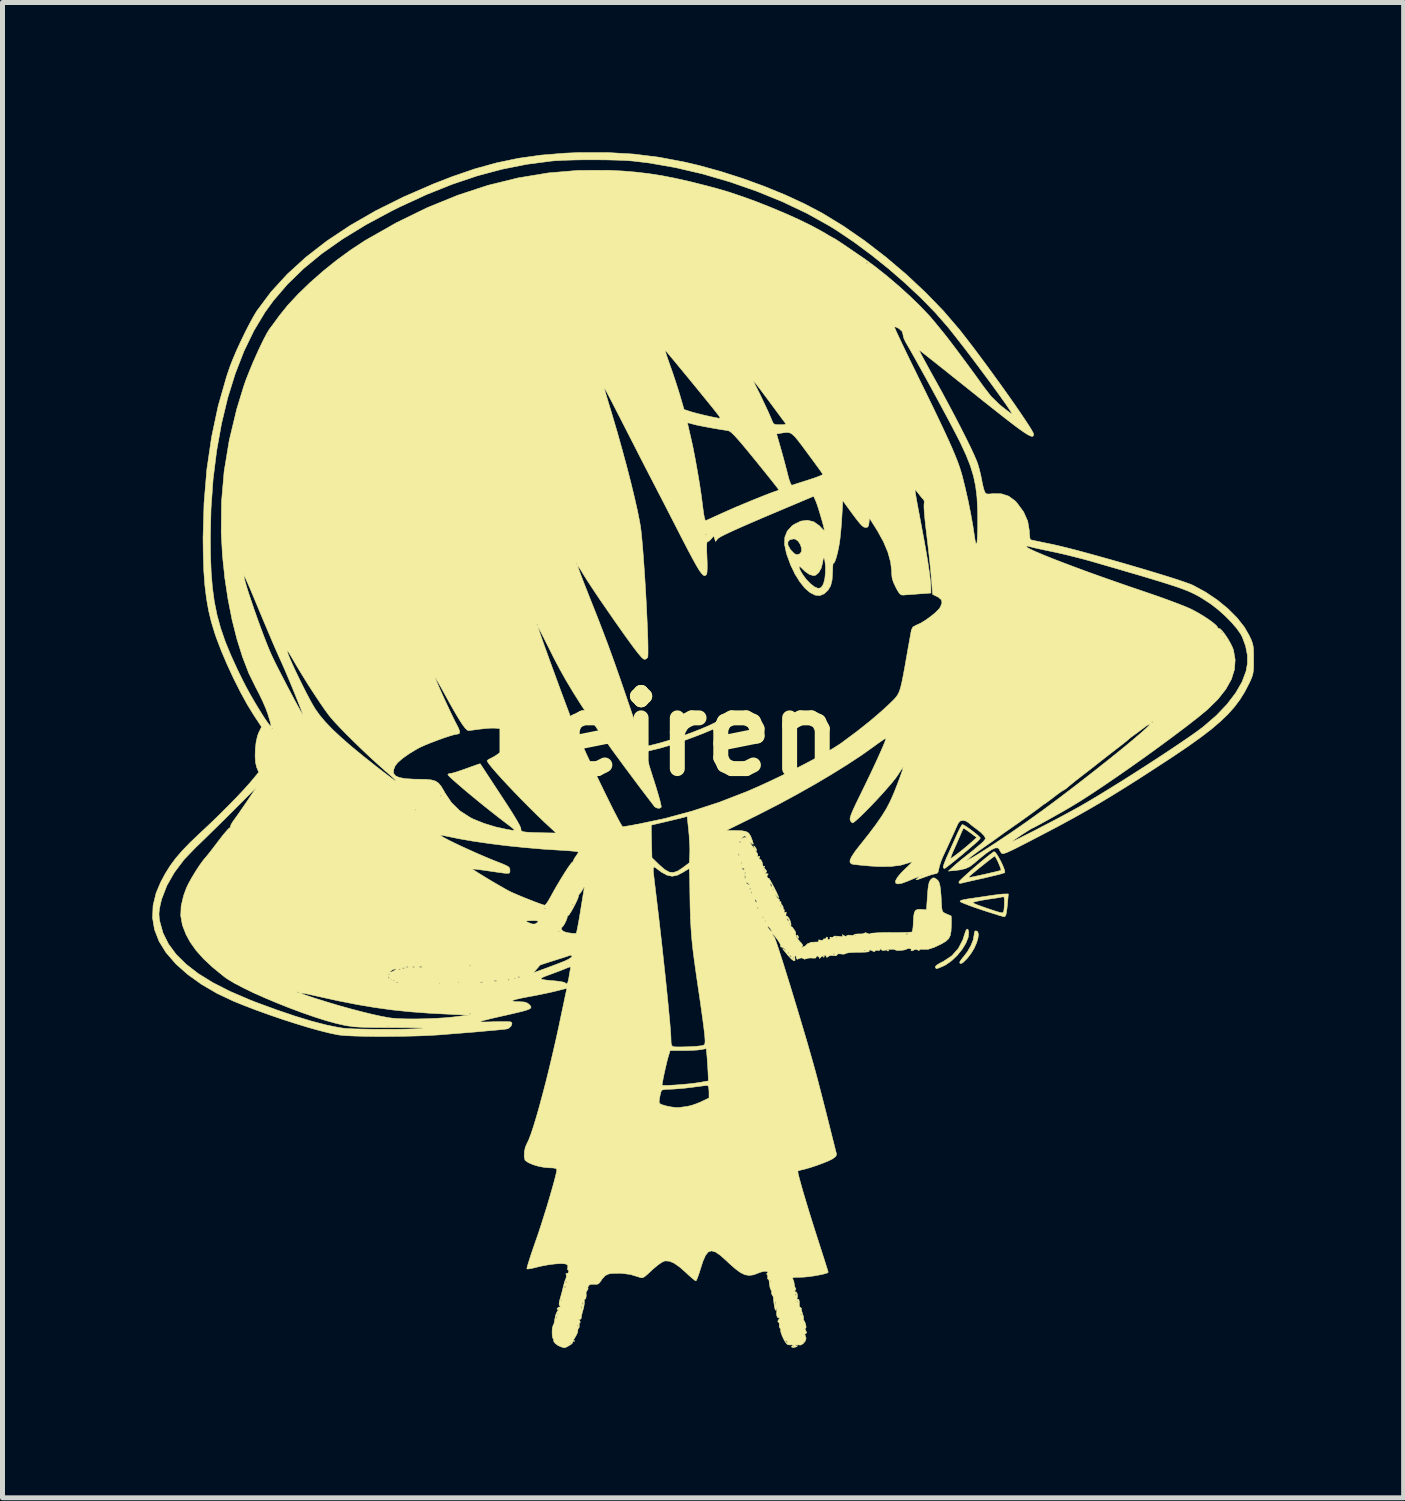
<source format=kicad_pcb>
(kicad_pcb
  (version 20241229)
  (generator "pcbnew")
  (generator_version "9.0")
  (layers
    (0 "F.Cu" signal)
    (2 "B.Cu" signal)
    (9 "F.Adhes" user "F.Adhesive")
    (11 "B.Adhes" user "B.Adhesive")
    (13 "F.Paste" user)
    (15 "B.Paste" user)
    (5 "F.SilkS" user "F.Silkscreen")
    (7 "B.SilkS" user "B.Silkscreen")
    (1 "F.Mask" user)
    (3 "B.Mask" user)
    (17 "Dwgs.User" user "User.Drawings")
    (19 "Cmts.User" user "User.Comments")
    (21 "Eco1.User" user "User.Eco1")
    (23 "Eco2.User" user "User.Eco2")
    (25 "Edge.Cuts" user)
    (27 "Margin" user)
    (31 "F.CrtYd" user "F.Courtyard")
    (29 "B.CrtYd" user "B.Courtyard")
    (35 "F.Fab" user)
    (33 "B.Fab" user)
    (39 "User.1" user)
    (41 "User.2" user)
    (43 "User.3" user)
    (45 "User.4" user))
  (footprint "beiren"
    (layer "F.Cu")
    (at 10.263 11.656)
    (property "Reference" "beiren" (at 0 0 0) (layer "F.SilkS") (effects (font (size 1.524 1.524) (thickness 0.3))))
    (attr through_hole)
    (fp_poly (pts (xy -1.803 12.154) (xy -1.816 12.167) (xy -1.829 12.154) (xy -1.816 12.141) (xy -1.803 12.154)) (stroke (width 0.01) (type solid)) (fill yes) (layer "F.SilkS"))
    (fp_poly (pts (xy 2.007 2.654) (xy 1.994 2.667) (xy 1.981 2.654) (xy 1.994 2.642) (xy 2.007 2.654)) (stroke (width 0.01) (type solid)) (fill yes) (layer "F.SilkS"))
    (fp_poly (pts (xy 3.2 4.458) (xy 3.188 4.47) (xy 3.175 4.458) (xy 3.188 4.445) (xy 3.2 4.458)) (stroke (width 0.01) (type solid)) (fill yes) (layer "F.SilkS"))
    (fp_poly (pts (xy 4.487 4.326) (xy 4.484 4.342) (xy 4.47 4.343) (xy 4.449 4.334) (xy 4.453 4.326) (xy 4.484 4.323) (xy 4.487 4.326)) (stroke (width 0.01) (type solid)) (fill yes) (layer "F.SilkS"))
    (fp_poly (pts (xy 2.666 4.032) (xy 2.676 4.05) (xy 2.682 4.086) (xy 2.665 4.079) (xy 2.653 4.062) (xy 2.645 4.029) (xy 2.649 4.023) (xy 2.666 4.032)) (stroke (width 0.01) (type solid)) (fill yes) (layer "F.SilkS"))
    (fp_poly (pts (xy 6.272 3.957) (xy 6.286 4.01) (xy 6.276 4.089) (xy 6.247 4.184) (xy 6.201 4.287) (xy 6.139 4.39) (xy 6.067 4.484) (xy 6.05 4.502) (xy 5.989 4.563) (xy 5.951 4.591) (xy 5.926 4.593) (xy 5.91 4.581) (xy 5.916 4.555) (xy 5.95 4.505) (xy 5.981 4.468) (xy 6.065 4.358) (xy 6.134 4.238) (xy 6.181 4.122) (xy 6.198 4.027) (xy 6.207 3.958) (xy 6.233 3.937) (xy 6.272 3.957)) (stroke (width 0.01) (type solid)) (fill yes) (layer "F.SilkS"))
    (fp_poly (pts (xy 6.078 3.914) (xy 6.091 3.968) (xy 6.081 4.069) (xy 6.034 4.187) (xy 5.959 4.31) (xy 5.862 4.43) (xy 5.751 4.536) (xy 5.634 4.619) (xy 5.574 4.649) (xy 5.499 4.68) (xy 5.459 4.695) (xy 5.439 4.694) (xy 5.428 4.681) (xy 5.425 4.676) (xy 5.423 4.654) (xy 5.449 4.627) (xy 5.51 4.589) (xy 5.588 4.549) (xy 5.753 4.439) (xy 5.883 4.293) (xy 5.975 4.115) (xy 6.005 4.019) (xy 6.032 3.939) (xy 6.057 3.903) (xy 6.078 3.914)) (stroke (width 0.01) (type solid)) (fill yes) (layer "F.SilkS"))
    (fp_poly (pts (xy 6.87 3.372) (xy 6.857 3.499) (xy 6.845 3.583) (xy 6.832 3.632) (xy 6.814 3.654) (xy 6.8 3.657) (xy 6.767 3.649) (xy 6.694 3.628) (xy 6.59 3.595) (xy 6.463 3.555) (xy 6.344 3.516) (xy 6.206 3.469) (xy 6.087 3.426) (xy 5.995 3.39) (xy 5.961 3.376) (xy 6.172 3.376) (xy 6.195 3.39) (xy 6.254 3.415) (xy 6.34 3.447) (xy 6.439 3.482) (xy 6.543 3.517) (xy 6.638 3.548) (xy 6.713 3.57) (xy 6.758 3.579) (xy 6.759 3.579) (xy 6.781 3.571) (xy 6.795 3.536) (xy 6.802 3.465) (xy 6.805 3.414) (xy 6.806 3.325) (xy 6.802 3.276) (xy 6.789 3.258) (xy 6.764 3.26) (xy 6.711 3.271) (xy 6.633 3.284) (xy 6.604 3.288) (xy 6.46 3.309) (xy 6.337 3.33) (xy 6.243 3.35) (xy 6.186 3.366) (xy 6.172 3.376) (xy 5.961 3.376) (xy 5.936 3.364) (xy 5.918 3.352) (xy 5.923 3.339) (xy 5.943 3.327) (xy 5.987 3.316) (xy 6.062 3.302) (xy 6.177 3.285) (xy 6.223 3.278) (xy 6.347 3.26) (xy 6.48 3.24) (xy 6.579 3.226) (xy 6.677 3.212) (xy 6.764 3.203) (xy 6.814 3.201) (xy 6.885 3.2) (xy 6.87 3.372)) (stroke (width 0.01) (type solid)) (fill yes) (layer "F.SilkS"))
    (fp_poly (pts (xy 5.992 1.821) (xy 6.049 1.856) (xy 6.121 1.906) (xy 6.196 1.963) (xy 6.263 2.017) (xy 6.309 2.06) (xy 6.325 2.081) (xy 6.307 2.108) (xy 6.259 2.156) (xy 6.194 2.214) (xy 6.123 2.274) (xy 6.066 2.323) (xy 6.035 2.349) (xy 5.986 2.392) (xy 5.916 2.45) (xy 5.835 2.515) (xy 5.755 2.58) (xy 5.683 2.636) (xy 5.631 2.676) (xy 5.607 2.692) (xy 5.607 2.692) (xy 5.582 2.678) (xy 5.581 2.677) (xy 5.581 2.65) (xy 5.601 2.587) (xy 5.641 2.489) (xy 5.73 2.489) (xy 5.756 2.475) (xy 5.81 2.437) (xy 5.882 2.383) (xy 5.888 2.378) (xy 5.982 2.304) (xy 6.078 2.224) (xy 6.142 2.168) (xy 6.252 2.07) (xy 6.121 1.973) (xy 6.053 1.924) (xy 6.004 1.892) (xy 5.984 1.884) (xy 5.972 1.91) (xy 5.945 1.969) (xy 5.913 2.045) (xy 5.864 2.156) (xy 5.811 2.277) (xy 5.781 2.343) (xy 5.75 2.418) (xy 5.731 2.471) (xy 5.73 2.489) (xy 5.641 2.489) (xy 5.642 2.485) (xy 5.703 2.35) (xy 5.728 2.293) (xy 5.768 2.205) (xy 5.815 2.1) (xy 5.839 2.045) (xy 5.884 1.947) (xy 5.924 1.869) (xy 5.953 1.82) (xy 5.963 1.81) (xy 5.992 1.821)) (stroke (width 0.01) (type solid)) (fill yes) (layer "F.SilkS"))
    (fp_poly (pts (xy 6.621 2.365) (xy 6.658 2.413) (xy 6.7 2.484) (xy 6.744 2.567) (xy 6.781 2.649) (xy 6.808 2.719) (xy 6.816 2.764) (xy 6.813 2.773) (xy 6.782 2.785) (xy 6.711 2.806) (xy 6.607 2.832) (xy 6.48 2.862) (xy 6.387 2.884) (xy 6.247 2.915) (xy 6.123 2.943) (xy 6.023 2.966) (xy 5.957 2.982) (xy 5.937 2.987) (xy 5.9 2.984) (xy 5.893 2.962) (xy 5.911 2.937) (xy 5.962 2.887) (xy 5.992 2.859) (xy 6.096 2.859) (xy 6.098 2.865) (xy 6.108 2.868) (xy 6.135 2.865) (xy 6.187 2.855) (xy 6.271 2.837) (xy 6.395 2.81) (xy 6.421 2.804) (xy 6.538 2.777) (xy 6.637 2.754) (xy 6.707 2.736) (xy 6.737 2.726) (xy 6.735 2.701) (xy 6.716 2.647) (xy 6.687 2.577) (xy 6.655 2.509) (xy 6.626 2.457) (xy 6.615 2.442) (xy 6.594 2.454) (xy 6.543 2.491) (xy 6.471 2.546) (xy 6.387 2.613) (xy 6.299 2.683) (xy 6.218 2.75) (xy 6.151 2.806) (xy 6.108 2.845) (xy 6.096 2.859) (xy 5.992 2.859) (xy 6.037 2.818) (xy 6.128 2.736) (xy 6.23 2.648) (xy 6.333 2.56) (xy 6.431 2.48) (xy 6.515 2.413) (xy 6.579 2.365) (xy 6.598 2.353) (xy 6.621 2.365)) (stroke (width 0.01) (type solid)) (fill yes) (layer "F.SilkS"))
    (fp_poly (pts (xy -0.631 -11.621) (xy -0.12 -11.558) (xy 0.395 -11.461) (xy 0.688 -11.392) (xy 1.123 -11.272) (xy 1.563 -11.131) (xy 1.998 -10.973) (xy 2.415 -10.802) (xy 2.804 -10.622) (xy 3.153 -10.439) (xy 3.162 -10.433) (xy 3.582 -10.177) (xy 4.007 -9.883) (xy 4.429 -9.558) (xy 4.837 -9.212) (xy 5.224 -8.85) (xy 5.581 -8.482) (xy 5.897 -8.114) (xy 5.927 -8.077) (xy 6.049 -7.92) (xy 6.182 -7.747) (xy 6.322 -7.56) (xy 6.465 -7.367) (xy 6.609 -7.169) (xy 6.75 -6.974) (xy 6.885 -6.784) (xy 7.011 -6.605) (xy 7.124 -6.44) (xy 7.221 -6.296) (xy 7.3 -6.176) (xy 7.356 -6.084) (xy 7.387 -6.026) (xy 7.391 -6.01) (xy 7.388 -5.983) (xy 7.376 -5.968) (xy 7.351 -5.966) (xy 7.313 -5.979) (xy 7.257 -6.009) (xy 7.181 -6.059) (xy 7.082 -6.129) (xy 6.958 -6.223) (xy 6.805 -6.341) (xy 6.621 -6.486) (xy 6.402 -6.659) (xy 6.185 -6.833) (xy 5.982 -6.995) (xy 5.791 -7.147) (xy 5.616 -7.287) (xy 5.46 -7.411) (xy 5.327 -7.516) (xy 5.221 -7.6) (xy 5.145 -7.659) (xy 5.103 -7.691) (xy 5.096 -7.696) (xy 5.105 -7.675) (xy 5.135 -7.615) (xy 5.185 -7.523) (xy 5.25 -7.403) (xy 5.327 -7.262) (xy 5.414 -7.106) (xy 5.552 -6.857) (xy 5.685 -6.61) (xy 5.812 -6.371) (xy 5.929 -6.144) (xy 6.034 -5.937) (xy 6.124 -5.754) (xy 6.196 -5.6) (xy 6.247 -5.481) (xy 6.27 -5.422) (xy 6.303 -5.309) (xy 6.334 -5.18) (xy 6.349 -5.105) (xy 6.368 -5.008) (xy 6.389 -4.92) (xy 6.405 -4.871) (xy 6.423 -4.833) (xy 6.447 -4.814) (xy 6.492 -4.81) (xy 6.573 -4.817) (xy 6.581 -4.818) (xy 6.746 -4.815) (xy 6.889 -4.769) (xy 7.016 -4.677) (xy 7.06 -4.63) (xy 7.192 -4.45) (xy 7.273 -4.266) (xy 7.305 -4.077) (xy 7.305 -4.065) (xy 7.31 -3.98) (xy 7.319 -3.918) (xy 7.33 -3.894) (xy 7.362 -3.887) (xy 7.434 -3.871) (xy 7.539 -3.849) (xy 7.668 -3.822) (xy 7.772 -3.801) (xy 7.9 -3.772) (xy 8.063 -3.732) (xy 8.255 -3.683) (xy 8.469 -3.625) (xy 8.701 -3.561) (xy 8.943 -3.493) (xy 9.19 -3.423) (xy 9.435 -3.351) (xy 9.672 -3.281) (xy 9.896 -3.213) (xy 10.1 -3.15) (xy 10.278 -3.093) (xy 10.423 -3.044) (xy 10.531 -3.005) (xy 10.585 -2.982) (xy 10.834 -2.847) (xy 11.069 -2.689) (xy 11.282 -2.515) (xy 11.466 -2.331) (xy 11.613 -2.144) (xy 11.705 -1.985) (xy 11.746 -1.899) (xy 11.772 -1.831) (xy 11.788 -1.766) (xy 11.796 -1.689) (xy 11.798 -1.587) (xy 11.798 -1.499) (xy 11.798 -1.371) (xy 11.794 -1.279) (xy 11.783 -1.208) (xy 11.764 -1.144) (xy 11.733 -1.07) (xy 11.704 -1.01) (xy 11.619 -0.846) (xy 11.523 -0.692) (xy 11.413 -0.545) (xy 11.283 -0.399) (xy 11.129 -0.252) (xy 10.949 -0.098) (xy 10.736 0.065) (xy 10.487 0.243) (xy 10.199 0.438) (xy 10.122 0.489) (xy 9.786 0.708) (xy 9.485 0.903) (xy 9.209 1.077) (xy 8.952 1.236) (xy 8.706 1.384) (xy 8.463 1.525) (xy 8.216 1.664) (xy 7.956 1.806) (xy 7.676 1.954) (xy 7.369 2.114) (xy 7.331 2.134) (xy 7.158 2.223) (xy 7.024 2.291) (xy 6.925 2.339) (xy 6.853 2.371) (xy 6.805 2.388) (xy 6.774 2.393) (xy 6.754 2.388) (xy 6.741 2.376) (xy 6.74 2.374) (xy 6.713 2.33) (xy 6.706 2.309) (xy 6.686 2.286) (xy 6.67 2.278) (xy 6.622 2.279) (xy 6.549 2.313) (xy 6.448 2.381) (xy 6.319 2.484) (xy 6.206 2.581) (xy 6.115 2.651) (xy 6.023 2.694) (xy 5.91 2.719) (xy 5.846 2.727) (xy 5.684 2.743) (xy 5.76 2.673) (xy 5.852 2.591) (xy 5.909 2.543) (xy 6.032 2.543) (xy 6.16 2.474) (xy 6.225 2.436) (xy 6.322 2.376) (xy 6.439 2.302) (xy 6.568 2.219) (xy 6.642 2.171) (xy 6.671 2.151) (xy 6.96 2.151) (xy 6.981 2.144) (xy 7.041 2.116) (xy 7.132 2.071) (xy 7.25 2.012) (xy 7.386 1.943) (xy 7.536 1.865) (xy 7.692 1.784) (xy 7.848 1.702) (xy 7.998 1.622) (xy 8.135 1.548) (xy 8.253 1.483) (xy 8.306 1.454) (xy 8.485 1.35) (xy 8.69 1.228) (xy 8.913 1.091) (xy 9.149 0.945) (xy 9.391 0.792) (xy 9.634 0.636) (xy 9.872 0.482) (xy 10.098 0.333) (xy 10.307 0.193) (xy 10.492 0.067) (xy 10.648 -0.043) (xy 10.769 -0.132) (xy 10.8 -0.157) (xy 11.053 -0.376) (xy 11.266 -0.6) (xy 11.437 -0.824) (xy 11.565 -1.045) (xy 11.646 -1.261) (xy 11.674 -1.414) (xy 11.673 -1.584) (xy 11.637 -1.767) (xy 11.573 -1.941) (xy 11.539 -2.006) (xy 11.461 -2.117) (xy 11.352 -2.243) (xy 11.222 -2.374) (xy 11.082 -2.499) (xy 10.944 -2.605) (xy 10.909 -2.629) (xy 10.835 -2.677) (xy 10.767 -2.721) (xy 10.7 -2.761) (xy 10.631 -2.798) (xy 10.557 -2.834) (xy 10.473 -2.871) (xy 10.375 -2.909) (xy 10.26 -2.95) (xy 10.123 -2.995) (xy 9.962 -3.046) (xy 9.771 -3.104) (xy 9.548 -3.171) (xy 9.288 -3.247) (xy 8.987 -3.335) (xy 8.642 -3.435) (xy 8.585 -3.452) (xy 8.406 -3.502) (xy 8.207 -3.553) (xy 8.009 -3.602) (xy 7.832 -3.642) (xy 7.76 -3.657) (xy 7.621 -3.686) (xy 7.495 -3.713) (xy 7.393 -3.736) (xy 7.325 -3.753) (xy 7.309 -3.758) (xy 7.26 -3.769) (xy 7.239 -3.762) (xy 7.239 -3.762) (xy 7.262 -3.74) (xy 7.33 -3.703) (xy 7.439 -3.653) (xy 7.583 -3.592) (xy 7.761 -3.52) (xy 7.968 -3.44) (xy 8.199 -3.353) (xy 8.452 -3.259) (xy 8.722 -3.162) (xy 9.006 -3.062) (xy 9.299 -2.96) (xy 9.576 -2.866) (xy 9.774 -2.798) (xy 9.969 -2.73) (xy 10.151 -2.663) (xy 10.312 -2.602) (xy 10.444 -2.55) (xy 10.537 -2.509) (xy 10.554 -2.501) (xy 10.671 -2.439) (xy 10.787 -2.37) (xy 10.894 -2.3) (xy 10.984 -2.234) (xy 11.048 -2.179) (xy 11.079 -2.14) (xy 11.08 -2.131) (xy 11.089 -2.116) (xy 11.098 -2.12) (xy 11.127 -2.111) (xy 11.172 -2.066) (xy 11.226 -1.995) (xy 11.283 -1.91) (xy 11.335 -1.819) (xy 11.377 -1.733) (xy 11.395 -1.683) (xy 11.428 -1.489) (xy 11.414 -1.295) (xy 11.353 -1.1) (xy 11.243 -0.903) (xy 11.085 -0.702) (xy 10.877 -0.497) (xy 10.693 -0.344) (xy 10.448 -0.153) (xy 10.182 0.047) (xy 9.903 0.253) (xy 9.616 0.461) (xy 9.329 0.664) (xy 9.049 0.859) (xy 8.782 1.041) (xy 8.534 1.206) (xy 8.313 1.348) (xy 8.128 1.46) (xy 8.039 1.512) (xy 7.932 1.573) (xy 7.815 1.639) (xy 7.696 1.706) (xy 7.585 1.767) (xy 7.489 1.82) (xy 7.417 1.858) (xy 7.378 1.878) (xy 7.373 1.88) (xy 7.347 1.892) (xy 7.291 1.926) (xy 7.217 1.973) (xy 7.135 2.026) (xy 7.058 2.078) (xy 6.997 2.12) (xy 6.963 2.147) (xy 6.96 2.151) (xy 6.671 2.151) (xy 6.947 1.967) (xy 7.252 1.755) (xy 7.565 1.531) (xy 7.891 1.289) (xy 8.237 1.026) (xy 8.609 0.736) (xy 8.941 0.473) (xy 9.117 0.331) (xy 9.278 0.199) (xy 9.42 0.08) (xy 9.538 -0.021) (xy 9.63 -0.103) (xy 9.691 -0.162) (xy 9.717 -0.193) (xy 9.717 -0.197) (xy 9.692 -0.191) (xy 9.641 -0.16) (xy 9.611 -0.137) (xy 9.529 -0.075) (xy 9.439 -0.008) (xy 9.413 0.01) (xy 9.351 0.055) (xy 9.307 0.09) (xy 9.296 0.1) (xy 9.272 0.122) (xy 9.216 0.167) (xy 9.138 0.229) (xy 9.07 0.281) (xy 8.957 0.368) (xy 8.836 0.462) (xy 8.728 0.547) (xy 8.689 0.577) (xy 8.587 0.658) (xy 8.466 0.752) (xy 8.351 0.84) (xy 8.331 0.856) (xy 8.239 0.927) (xy 8.156 0.994) (xy 8.094 1.045) (xy 8.077 1.06) (xy 8.03 1.099) (xy 7.999 1.117) (xy 7.998 1.118) (xy 7.971 1.132) (xy 7.915 1.171) (xy 7.839 1.227) (xy 7.8 1.257) (xy 7.719 1.319) (xy 7.654 1.367) (xy 7.616 1.394) (xy 7.609 1.397) (xy 7.585 1.412) (xy 7.54 1.447) (xy 7.54 1.447) (xy 7.5 1.478) (xy 7.427 1.531) (xy 7.332 1.601) (xy 7.222 1.68) (xy 7.106 1.763) (xy 6.994 1.841) (xy 6.896 1.91) (xy 6.858 1.936) (xy 6.797 1.979) (xy 6.722 2.033) (xy 6.699 2.05) (xy 6.635 2.096) (xy 6.545 2.161) (xy 6.443 2.232) (xy 6.394 2.266) (xy 6.295 2.337) (xy 6.203 2.404) (xy 6.132 2.458) (xy 6.109 2.478) (xy 6.032 2.543) (xy 5.909 2.543) (xy 5.946 2.512) (xy 6.061 2.421) (xy 6.071 2.413) (xy 6.139 2.36) (xy 6.192 2.317) (xy 6.212 2.299) (xy 6.248 2.268) (xy 6.305 2.221) (xy 6.333 2.199) (xy 6.388 2.147) (xy 6.422 2.102) (xy 6.426 2.087) (xy 6.404 2.039) (xy 6.341 1.973) (xy 6.242 1.895) (xy 6.219 1.879) (xy 6.152 1.828) (xy 6.095 1.78) (xy 6.089 1.773) (xy 6.029 1.738) (xy 5.974 1.727) (xy 5.919 1.74) (xy 5.88 1.786) (xy 5.869 1.81) (xy 5.835 1.884) (xy 5.787 1.992) (xy 5.729 2.118) (xy 5.669 2.25) (xy 5.611 2.374) (xy 5.57 2.462) (xy 5.532 2.557) (xy 5.503 2.65) (xy 5.493 2.697) (xy 5.476 2.766) (xy 5.447 2.793) (xy 5.435 2.794) (xy 5.39 2.803) (xy 5.314 2.825) (xy 5.224 2.857) (xy 5.222 2.857) (xy 5.119 2.895) (xy 5.058 2.915) (xy 5.035 2.917) (xy 5.046 2.902) (xy 5.069 2.883) (xy 5.1 2.857) (xy 5.091 2.855) (xy 5.055 2.868) (xy 4.994 2.891) (xy 4.911 2.926) (xy 4.868 2.944) (xy 4.749 2.988) (xy 4.668 3) (xy 4.627 2.982) (xy 4.625 2.937) (xy 4.664 2.867) (xy 4.693 2.832) (xy 5.131 2.832) (xy 5.144 2.845) (xy 5.156 2.832) (xy 5.144 2.819) (xy 5.131 2.832) (xy 4.693 2.832) (xy 4.743 2.773) (xy 4.807 2.71) (xy 4.889 2.632) (xy 4.937 2.584) (xy 4.954 2.561) (xy 4.943 2.558) (xy 4.906 2.571) (xy 4.891 2.577) (xy 4.729 2.625) (xy 4.531 2.65) (xy 4.293 2.652) (xy 4.112 2.641) (xy 3.986 2.63) (xy 3.876 2.619) (xy 3.793 2.609) (xy 3.749 2.601) (xy 3.747 2.6) (xy 3.715 2.574) (xy 3.713 2.527) (xy 3.744 2.457) (xy 3.807 2.36) (xy 3.906 2.231) (xy 3.914 2.222) (xy 4.09 2) (xy 4.235 1.807) (xy 4.352 1.638) (xy 4.445 1.487) (xy 4.518 1.346) (xy 4.523 1.335) (xy 4.563 1.246) (xy 4.607 1.142) (xy 4.65 1.032) (xy 4.692 0.923) (xy 4.728 0.824) (xy 4.757 0.742) (xy 4.774 0.685) (xy 4.776 0.662) (xy 4.768 0.67) (xy 4.736 0.719) (xy 4.69 0.789) (xy 4.667 0.826) (xy 4.616 0.895) (xy 4.542 0.987) (xy 4.449 1.094) (xy 4.345 1.211) (xy 4.234 1.331) (xy 4.122 1.448) (xy 4.016 1.556) (xy 3.921 1.649) (xy 3.843 1.721) (xy 3.788 1.766) (xy 3.764 1.778) (xy 3.737 1.758) (xy 3.718 1.724) (xy 3.713 1.698) (xy 3.72 1.657) (xy 3.741 1.596) (xy 3.778 1.509) (xy 3.834 1.389) (xy 3.91 1.233) (xy 3.934 1.184) (xy 4.023 1.002) (xy 4.11 0.821) (xy 4.192 0.648) (xy 4.266 0.487) (xy 4.33 0.345) (xy 4.381 0.228) (xy 4.416 0.141) (xy 4.433 0.091) (xy 4.433 0.082) (xy 4.411 0.092) (xy 4.356 0.128) (xy 4.277 0.183) (xy 4.182 0.252) (xy 4.181 0.253) (xy 3.94 0.424) (xy 3.66 0.608) (xy 3.348 0.802) (xy 3.011 1.002) (xy 2.658 1.201) (xy 2.295 1.398) (xy 1.93 1.585) (xy 1.817 1.642) (xy 1.233 1.93) (xy 1.418 1.93) (xy 1.542 1.934) (xy 1.626 1.948) (xy 1.683 1.981) (xy 1.723 2.041) (xy 1.758 2.134) (xy 1.766 2.159) (xy 1.777 2.202) (xy 1.764 2.203) (xy 1.739 2.184) (xy 1.71 2.161) (xy 1.709 2.169) (xy 1.736 2.212) (xy 1.738 2.216) (xy 1.77 2.259) (xy 1.794 2.285) (xy 1.804 2.287) (xy 1.791 2.261) (xy 1.785 2.237) (xy 1.788 2.235) (xy 1.809 2.255) (xy 1.83 2.289) (xy 1.847 2.326) (xy 1.834 2.328) (xy 1.825 2.323) (xy 1.814 2.324) (xy 1.836 2.354) (xy 1.838 2.356) (xy 1.866 2.406) (xy 1.865 2.441) (xy 1.861 2.46) (xy 1.88 2.451) (xy 1.903 2.445) (xy 1.897 2.474) (xy 1.893 2.503) (xy 1.903 2.503) (xy 1.926 2.513) (xy 1.95 2.555) (xy 1.965 2.613) (xy 1.967 2.631) (xy 1.985 2.668) (xy 2.015 2.704) (xy 2.044 2.742) (xy 2.035 2.767) (xy 2.028 2.772) (xy 2.013 2.789) (xy 2.045 2.794) (xy 2.076 2.801) (xy 2.065 2.814) (xy 2.049 2.848) (xy 2.058 2.871) (xy 2.079 2.891) (xy 2.084 2.883) (xy 2.094 2.894) (xy 2.121 2.938) (xy 2.158 3.005) (xy 2.199 3.083) (xy 2.238 3.16) (xy 2.268 3.225) (xy 2.285 3.265) (xy 2.286 3.272) (xy 2.273 3.266) (xy 2.246 3.237) (xy 2.219 3.204) (xy 2.22 3.213) (xy 2.235 3.245) (xy 2.265 3.288) (xy 2.288 3.302) (xy 2.303 3.318) (xy 2.299 3.327) (xy 2.303 3.351) (xy 2.314 3.353) (xy 2.333 3.362) (xy 2.33 3.369) (xy 2.332 3.396) (xy 2.351 3.421) (xy 2.375 3.461) (xy 2.374 3.482) (xy 2.377 3.504) (xy 2.385 3.505) (xy 2.4 3.524) (xy 2.395 3.547) (xy 2.391 3.576) (xy 2.413 3.569) (xy 2.436 3.564) (xy 2.433 3.599) (xy 2.432 3.603) (xy 2.429 3.64) (xy 2.44 3.644) (xy 2.464 3.654) (xy 2.494 3.695) (xy 2.519 3.75) (xy 2.532 3.802) (xy 2.53 3.825) (xy 2.527 3.853) (xy 2.535 3.854) (xy 2.56 3.867) (xy 2.564 3.873) (xy 2.59 3.913) (xy 2.606 3.93) (xy 2.627 3.98) (xy 2.625 4.006) (xy 2.636 4.055) (xy 2.681 4.122) (xy 2.7 4.143) (xy 2.75 4.199) (xy 2.767 4.232) (xy 2.756 4.255) (xy 2.746 4.263) (xy 2.728 4.278) (xy 2.753 4.272) (xy 2.775 4.263) (xy 2.825 4.237) (xy 2.845 4.215) (xy 2.867 4.195) (xy 2.915 4.178) (xy 2.972 4.178) (xy 2.985 4.191) (xy 2.997 4.178) (xy 2.985 4.166) (xy 2.972 4.178) (xy 2.915 4.178) (xy 2.921 4.176) (xy 2.989 4.165) (xy 3.045 4.164) (xy 3.086 4.16) (xy 3.086 4.14) (xy 3.084 4.12) (xy 3.121 4.126) (xy 3.165 4.13) (xy 3.175 4.115) (xy 3.19 4.098) (xy 3.2 4.102) (xy 3.224 4.1) (xy 3.226 4.091) (xy 3.245 4.065) (xy 3.253 4.064) (xy 3.268 4.08) (xy 3.264 4.089) (xy 3.27 4.111) (xy 3.289 4.115) (xy 3.316 4.102) (xy 3.312 4.085) (xy 3.311 4.077) (xy 3.429 4.077) (xy 3.442 4.089) (xy 3.454 4.077) (xy 3.442 4.064) (xy 3.429 4.077) (xy 3.311 4.077) (xy 3.311 4.066) (xy 3.336 4.072) (xy 3.371 4.073) (xy 3.378 4.06) (xy 3.401 4.044) (xy 3.47 4.047) (xy 3.482 4.049) (xy 3.546 4.056) (xy 3.57 4.048) (xy 3.566 4.033) (xy 3.558 4.014) (xy 3.582 4.03) (xy 3.587 4.033) (xy 3.628 4.052) (xy 3.644 4.04) (xy 3.679 4.025) (xy 3.72 4.028) (xy 3.771 4.031) (xy 3.78 4.026) (xy 3.81 4.026) (xy 3.823 4.039) (xy 3.835 4.026) (xy 3.823 4.013) (xy 3.81 4.026) (xy 3.78 4.026) (xy 3.794 4.019) (xy 3.827 4.005) (xy 3.888 4.001) (xy 3.898 4.002) (xy 3.962 4) (xy 4 3.987) (xy 4.003 3.984) (xy 4.032 3.976) (xy 4.052 3.988) (xy 4.105 4.003) (xy 4.124 3.996) (xy 4.834 3.996) (xy 4.838 4.011) (xy 4.851 4.013) (xy 4.872 4.004) (xy 4.868 3.996) (xy 4.838 3.993) (xy 4.834 3.996) (xy 4.124 3.996) (xy 4.132 3.993) (xy 4.173 3.985) (xy 4.254 3.979) (xy 4.366 3.974) (xy 4.497 3.972) (xy 4.555 3.973) (xy 4.689 3.973) (xy 4.806 3.971) (xy 4.894 3.968) (xy 4.946 3.964) (xy 4.954 3.962) (xy 4.966 3.931) (xy 4.976 3.864) (xy 4.981 3.775) (xy 4.981 3.771) (xy 4.988 3.65) (xy 5.002 3.572) (xy 5.029 3.527) (xy 5.073 3.51) (xy 5.139 3.51) (xy 5.245 3.518) (xy 5.264 3.24) (xy 5.274 3.11) (xy 5.286 3.02) (xy 5.301 2.962) (xy 5.321 2.924) (xy 5.332 2.912) (xy 5.371 2.879) (xy 5.405 2.88) (xy 5.445 2.904) (xy 5.475 2.93) (xy 5.497 2.968) (xy 5.514 3.027) (xy 5.527 3.114) (xy 5.537 3.237) (xy 5.545 3.388) (xy 5.551 3.48) (xy 5.561 3.535) (xy 5.581 3.567) (xy 5.617 3.588) (xy 5.641 3.599) (xy 5.7 3.624) (xy 5.735 3.639) (xy 5.738 3.64) (xy 5.742 3.666) (xy 5.744 3.73) (xy 5.743 3.818) (xy 5.743 3.835) (xy 5.737 3.949) (xy 5.722 4.032) (xy 5.689 4.097) (xy 5.631 4.15) (xy 5.542 4.203) (xy 5.412 4.264) (xy 5.402 4.269) (xy 5.283 4.308) (xy 5.193 4.31) (xy 5.13 4.307) (xy 5.105 4.321) (xy 5.105 4.323) (xy 5.094 4.336) (xy 5.073 4.323) (xy 5.024 4.31) (xy 5.003 4.319) (xy 4.957 4.341) (xy 4.935 4.336) (xy 4.94 4.318) (xy 4.933 4.3) (xy 4.899 4.293) (xy 4.859 4.299) (xy 4.844 4.308) (xy 4.812 4.32) (xy 4.754 4.329) (xy 4.69 4.333) (xy 4.64 4.33) (xy 4.623 4.322) (xy 4.601 4.311) (xy 4.548 4.308) (xy 4.483 4.313) (xy 4.424 4.325) (xy 4.411 4.33) (xy 4.36 4.333) (xy 4.341 4.315) (xy 4.323 4.294) (xy 4.318 4.313) (xy 4.3 4.335) (xy 4.267 4.331) (xy 4.226 4.328) (xy 4.216 4.343) (xy 4.202 4.358) (xy 4.167 4.344) (xy 4.112 4.32) (xy 4.095 4.327) (xy 4.102 4.343) (xy 4.088 4.358) (xy 4.028 4.366) (xy 3.945 4.368) (xy 3.802 4.37) (xy 3.704 4.376) (xy 3.644 4.386) (xy 3.619 4.399) (xy 3.583 4.408) (xy 3.528 4.402) (xy 3.47 4.4) (xy 3.454 4.42) (xy 3.435 4.44) (xy 3.379 4.436) (xy 3.321 4.433) (xy 3.289 4.446) (xy 3.255 4.47) (xy 3.248 4.47) (xy 3.234 4.455) (xy 3.238 4.446) (xy 3.229 4.432) (xy 3.197 4.433) (xy 3.143 4.455) (xy 3.12 4.476) (xy 3.103 4.495) (xy 3.099 4.477) (xy 3.078 4.449) (xy 3.059 4.445) (xy 3.033 4.457) (xy 3.035 4.47) (xy 3.025 4.485) (xy 2.974 4.486) (xy 2.967 4.485) (xy 2.902 4.483) (xy 2.859 4.491) (xy 2.857 4.492) (xy 2.802 4.508) (xy 2.765 4.488) (xy 2.734 4.481) (xy 2.696 4.494) (xy 2.655 4.51) (xy 2.642 4.494) (xy 2.642 4.485) (xy 2.629 4.443) (xy 2.62 4.435) (xy 2.608 4.445) (xy 2.61 4.484) (xy 2.612 4.534) (xy 2.589 4.541) (xy 2.541 4.505) (xy 2.52 4.483) (xy 2.565 4.483) (xy 2.578 4.496) (xy 2.591 4.483) (xy 2.578 4.47) (xy 2.565 4.483) (xy 2.52 4.483) (xy 2.468 4.427) (xy 2.493 4.427) (xy 2.499 4.441) (xy 2.525 4.468) (xy 2.54 4.463) (xy 2.54 4.459) (xy 2.522 4.438) (xy 2.511 4.43) (xy 2.493 4.427) (xy 2.468 4.427) (xy 2.467 4.426) (xy 2.451 4.407) (xy 3.378 4.407) (xy 3.391 4.42) (xy 3.404 4.407) (xy 3.391 4.394) (xy 3.378 4.407) (xy 2.451 4.407) (xy 2.43 4.381) (xy 2.464 4.381) (xy 2.477 4.394) (xy 2.489 4.381) (xy 2.477 4.369) (xy 2.464 4.381) (xy 2.43 4.381) (xy 2.4 4.344) (xy 2.367 4.302) (xy 2.366 4.294) (xy 2.396 4.316) (xy 2.4 4.318) (xy 2.435 4.343) (xy 2.433 4.334) (xy 2.428 4.326) (xy 3.996 4.326) (xy 4 4.342) (xy 4.013 4.343) (xy 4.034 4.334) (xy 4.03 4.326) (xy 4 4.323) (xy 3.996 4.326) (xy 2.428 4.326) (xy 2.416 4.312) (xy 2.373 4.276) (xy 2.345 4.267) (xy 2.321 4.254) (xy 2.324 4.242) (xy 2.318 4.21) (xy 2.287 4.153) (xy 2.249 4.099) (xy 2.202 4.039) (xy 2.169 4.005) (xy 2.159 4.001) (xy 2.174 4.035) (xy 2.197 4.064) (xy 2.211 4.096) (xy 2.239 4.172) (xy 2.277 4.286) (xy 2.325 4.433) (xy 2.381 4.608) (xy 2.442 4.805) (xy 2.509 5.02) (xy 2.578 5.247) (xy 2.649 5.481) (xy 2.72 5.717) (xy 2.789 5.949) (xy 2.855 6.172) (xy 2.915 6.381) (xy 2.969 6.571) (xy 3.015 6.736) (xy 3.031 6.795) (xy 3.074 6.956) (xy 3.124 7.151) (xy 3.179 7.364) (xy 3.234 7.579) (xy 3.284 7.779) (xy 3.289 7.798) (xy 3.33 7.963) (xy 3.368 8.113) (xy 3.4 8.24) (xy 3.424 8.337) (xy 3.44 8.397) (xy 3.444 8.411) (xy 3.431 8.454) (xy 3.369 8.504) (xy 3.366 8.506) (xy 3.287 8.545) (xy 3.176 8.591) (xy 3.049 8.638) (xy 2.922 8.68) (xy 2.812 8.712) (xy 2.762 8.723) (xy 2.701 8.738) (xy 2.669 8.754) (xy 2.667 8.758) (xy 2.675 8.803) (xy 2.697 8.892) (xy 2.731 9.016) (xy 2.775 9.172) (xy 2.829 9.352) (xy 2.889 9.551) (xy 2.955 9.763) (xy 3.024 9.982) (xy 3.046 10.05) (xy 3.104 10.231) (xy 3.157 10.396) (xy 3.203 10.539) (xy 3.239 10.654) (xy 3.264 10.734) (xy 3.276 10.774) (xy 3.277 10.778) (xy 3.253 10.794) (xy 3.191 10.813) (xy 3.102 10.832) (xy 2.997 10.851) (xy 2.889 10.866) (xy 2.789 10.876) (xy 2.724 10.878) (xy 2.628 10.879) (xy 2.576 10.885) (xy 2.56 10.897) (xy 2.566 10.909) (xy 2.587 10.957) (xy 2.598 11.021) (xy 2.608 11.076) (xy 2.625 11.1) (xy 2.626 11.1) (xy 2.63 11.116) (xy 2.613 11.143) (xy 2.595 11.17) (xy 2.609 11.167) (xy 2.636 11.173) (xy 2.656 11.21) (xy 2.663 11.261) (xy 2.653 11.305) (xy 2.653 11.305) (xy 2.648 11.324) (xy 2.663 11.318) (xy 2.688 11.322) (xy 2.699 11.372) (xy 2.697 11.436) (xy 2.706 11.474) (xy 2.719 11.481) (xy 2.74 11.5) (xy 2.74 11.513) (xy 2.746 11.557) (xy 2.765 11.618) (xy 2.783 11.673) (xy 2.783 11.704) (xy 2.782 11.704) (xy 2.783 11.733) (xy 2.791 11.745) (xy 2.814 11.788) (xy 2.829 11.84) (xy 2.834 11.883) (xy 2.824 11.901) (xy 2.819 11.899) (xy 2.808 11.903) (xy 2.824 11.939) (xy 2.844 11.983) (xy 2.833 12.004) (xy 2.825 12.007) (xy 2.806 12.028) (xy 2.819 12.052) (xy 2.834 12.103) (xy 2.815 12.16) (xy 2.773 12.21) (xy 2.721 12.238) (xy 2.669 12.231) (xy 2.669 12.231) (xy 2.637 12.235) (xy 2.627 12.246) (xy 2.623 12.264) (xy 2.644 12.255) (xy 2.665 12.248) (xy 2.66 12.256) (xy 2.622 12.278) (xy 2.575 12.286) (xy 2.543 12.276) (xy 2.54 12.267) (xy 2.556 12.253) (xy 2.569 12.258) (xy 2.587 12.261) (xy 2.581 12.248) (xy 2.546 12.231) (xy 2.526 12.234) (xy 2.477 12.232) (xy 2.45 12.217) (xy 2.418 12.176) (xy 2.402 12.148) (xy 2.417 12.148) (xy 2.423 12.163) (xy 2.449 12.19) (xy 2.464 12.184) (xy 2.464 12.181) (xy 2.463 12.179) (xy 2.769 12.179) (xy 2.781 12.192) (xy 2.794 12.179) (xy 2.781 12.167) (xy 2.769 12.179) (xy 2.463 12.179) (xy 2.446 12.159) (xy 2.434 12.151) (xy 2.417 12.148) (xy 2.402 12.148) (xy 2.381 12.111) (xy 2.349 12.038) (xy 2.327 11.975) (xy 2.324 11.938) (xy 2.325 11.937) (xy 2.32 11.907) (xy 2.31 11.899) (xy 2.294 11.864) (xy 2.298 11.842) (xy 2.296 11.798) (xy 2.282 11.783) (xy 2.265 11.758) (xy 2.288 11.719) (xy 2.305 11.692) (xy 2.294 11.692) (xy 2.265 11.689) (xy 2.246 11.648) (xy 2.244 11.62) (xy 2.718 11.62) (xy 2.731 11.633) (xy 2.743 11.62) (xy 2.731 11.608) (xy 2.718 11.62) (xy 2.244 11.62) (xy 2.242 11.583) (xy 2.247 11.54) (xy 2.254 11.497) (xy 2.247 11.502) (xy 2.239 11.519) (xy 2.225 11.54) (xy 2.213 11.523) (xy 2.2 11.464) (xy 2.197 11.443) (xy 2.189 11.39) (xy 2.212 11.39) (xy 2.216 11.423) (xy 2.225 11.423) (xy 2.231 11.389) (xy 2.227 11.374) (xy 2.218 11.367) (xy 2.642 11.367) (xy 2.654 11.379) (xy 2.667 11.367) (xy 2.654 11.354) (xy 2.642 11.367) (xy 2.218 11.367) (xy 2.216 11.365) (xy 2.212 11.39) (xy 2.189 11.39) (xy 2.186 11.365) (xy 2.18 11.309) (xy 2.181 11.294) (xy 2.171 11.258) (xy 2.156 11.236) (xy 2.152 11.227) (xy 2.616 11.227) (xy 2.625 11.248) (xy 2.633 11.244) (xy 2.636 11.214) (xy 2.633 11.21) (xy 2.618 11.213) (xy 2.616 11.227) (xy 2.152 11.227) (xy 2.139 11.199) (xy 2.142 11.184) (xy 2.143 11.154) (xy 2.131 11.135) (xy 2.112 11.089) (xy 2.1 11.018) (xy 2.099 11.002) (xy 2.094 10.96) (xy 2.108 10.96) (xy 2.121 10.973) (xy 2.134 10.96) (xy 2.121 10.947) (xy 2.108 10.96) (xy 2.094 10.96) (xy 2.092 10.943) (xy 2.078 10.915) (xy 2.072 10.916) (xy 2.06 10.91) (xy 2.065 10.889) (xy 2.065 10.845) (xy 2.054 10.831) (xy 2.043 10.808) (xy 2.058 10.795) (xy 2.07 10.775) (xy 2.039 10.759) (xy 1.985 10.76) (xy 1.909 10.781) (xy 1.877 10.794) (xy 1.781 10.83) (xy 1.694 10.842) (xy 1.609 10.828) (xy 1.518 10.784) (xy 1.414 10.707) (xy 1.287 10.595) (xy 1.241 10.551) (xy 1.118 10.441) (xy 1.02 10.373) (xy 0.94 10.35) (xy 0.875 10.371) (xy 0.819 10.44) (xy 0.768 10.556) (xy 0.724 10.692) (xy 0.691 10.798) (xy 0.661 10.883) (xy 0.637 10.938) (xy 0.626 10.952) (xy 0.599 10.936) (xy 0.545 10.892) (xy 0.474 10.829) (xy 0.432 10.789) (xy 0.3 10.673) (xy 0.191 10.597) (xy 0.098 10.557) (xy 0.016 10.551) (xy -0.003 10.554) (xy -0.06 10.581) (xy -0.14 10.637) (xy -0.232 10.715) (xy -0.258 10.739) (xy -0.341 10.816) (xy -0.396 10.863) (xy -0.435 10.886) (xy -0.468 10.889) (xy -0.503 10.879) (xy -0.516 10.874) (xy -0.688 10.822) (xy -0.876 10.798) (xy -1.056 10.802) (xy -1.116 10.811) (xy -1.189 10.844) (xy -1.253 10.915) (xy -1.261 10.928) (xy -1.304 10.99) (xy -1.342 11.017) (xy -1.392 11.02) (xy -1.413 11.018) (xy -1.483 11.019) (xy -1.521 11.044) (xy -1.527 11.054) (xy -1.54 11.091) (xy -1.534 11.1) (xy -1.534 11.115) (xy -1.547 11.135) (xy -1.571 11.176) (xy -1.573 11.192) (xy -1.57 11.249) (xy -1.578 11.298) (xy -1.593 11.319) (xy -1.598 11.317) (xy -1.611 11.325) (xy -1.609 11.35) (xy -1.608 11.403) (xy -1.62 11.479) (xy -1.628 11.509) (xy -1.651 11.59) (xy -1.663 11.643) (xy -1.67 11.688) (xy -1.673 11.705) (xy -1.692 11.724) (xy -1.708 11.719) (xy -1.723 11.715) (xy -1.705 11.743) (xy -1.688 11.776) (xy -1.696 11.786) (xy -1.712 11.806) (xy -1.71 11.834) (xy -1.711 11.881) (xy -1.724 11.898) (xy -1.741 11.932) (xy -1.738 11.947) (xy -1.744 11.986) (xy -1.773 12.046) (xy -1.79 12.075) (xy -1.827 12.136) (xy -1.844 12.18) (xy -1.843 12.19) (xy -1.857 12.209) (xy -1.899 12.238) (xy -1.951 12.269) (xy -1.996 12.289) (xy -2.014 12.291) (xy -2.039 12.283) (xy -2.076 12.272) (xy -2.138 12.244) (xy -2.189 12.205) (xy -1.905 12.205) (xy -1.892 12.217) (xy -1.88 12.205) (xy -1.892 12.192) (xy -1.905 12.205) (xy -2.189 12.205) (xy -2.192 12.203) (xy -2.222 12.163) (xy -2.222 12.141) (xy -2.221 12.117) (xy -2.228 12.116) (xy -2.243 12.094) (xy -2.252 12.038) (xy -2.254 11.968) (xy -2.25 11.901) (xy -2.239 11.855) (xy -2.235 11.849) (xy -1.753 11.849) (xy -1.74 11.862) (xy -1.727 11.849) (xy -1.74 11.836) (xy -1.753 11.849) (xy -2.235 11.849) (xy -2.235 11.848) (xy -2.216 11.805) (xy -2.202 11.735) (xy -2.199 11.711) (xy -2.193 11.684) (xy -2.184 11.684) (xy -2.175 11.705) (xy -2.167 11.701) (xy -2.164 11.671) (xy -2.167 11.667) (xy -2.183 11.671) (xy -2.184 11.684) (xy -2.193 11.684) (xy -2.182 11.63) (xy -2.177 11.62) (xy -2.159 11.62) (xy -2.146 11.633) (xy -2.134 11.62) (xy -2.146 11.608) (xy -2.159 11.62) (xy -2.177 11.62) (xy -2.151 11.562) (xy -2.142 11.551) (xy -2.12 11.52) (xy -2.129 11.517) (xy -2.131 11.518) (xy -2.155 11.524) (xy -2.153 11.503) (xy -2.127 11.481) (xy -1.676 11.481) (xy -1.667 11.502) (xy -1.659 11.498) (xy -1.656 11.468) (xy -1.659 11.464) (xy -1.675 11.467) (xy -1.676 11.481) (xy -2.127 11.481) (xy -2.122 11.476) (xy -2.105 11.476) (xy -2.084 11.476) (xy -2.1 11.454) (xy -2.115 11.421) (xy -2.113 11.405) (xy -1.651 11.405) (xy -1.642 11.426) (xy -1.634 11.422) (xy -1.631 11.391) (xy -1.634 11.388) (xy -1.649 11.391) (xy -1.651 11.405) (xy -2.113 11.405) (xy -2.109 11.365) (xy -2.102 11.341) (xy -2.083 11.341) (xy -2.07 11.354) (xy -2.057 11.341) (xy -2.07 11.328) (xy -2.083 11.341) (xy -2.102 11.341) (xy -2.093 11.306) (xy -2.064 11.205) (xy -2.036 11.094) (xy -2.031 11.074) (xy -2.007 11.074) (xy -1.997 11.095) (xy -1.99 11.091) (xy -1.987 11.061) (xy -1.99 11.057) (xy -2.005 11.061) (xy -2.007 11.074) (xy -2.031 11.074) (xy -2.028 11.062) (xy -2.008 10.983) (xy -2.005 10.973) (xy -1.981 10.973) (xy -1.972 10.994) (xy -1.964 10.99) (xy -1.961 10.96) (xy -1.964 10.956) (xy -1.979 10.959) (xy -1.981 10.973) (xy -2.005 10.973) (xy -1.987 10.924) (xy -1.978 10.906) (xy -1.967 10.861) (xy -1.972 10.832) (xy -1.977 10.801) (xy -1.963 10.803) (xy -1.937 10.797) (xy -1.923 10.769) (xy -1.922 10.735) (xy -1.934 10.734) (xy -1.947 10.725) (xy -1.942 10.686) (xy -1.938 10.642) (xy -1.964 10.619) (xy -2.007 10.608) (xy -2.086 10.604) (xy -2.2 10.612) (xy -2.336 10.63) (xy -2.48 10.657) (xy -2.598 10.686) (xy -2.678 10.705) (xy -2.737 10.713) (xy -2.759 10.711) (xy -2.756 10.684) (xy -2.737 10.616) (xy -2.705 10.514) (xy -2.663 10.385) (xy -2.612 10.236) (xy -2.582 10.15) (xy -2.527 9.992) (xy -2.47 9.817) (xy -2.412 9.633) (xy -2.354 9.448) (xy -2.301 9.268) (xy -2.253 9.102) (xy -2.212 8.956) (xy -2.182 8.838) (xy -2.163 8.755) (xy -2.159 8.72) (xy -2.18 8.698) (xy -2.244 8.688) (xy -2.296 8.687) (xy -2.407 8.678) (xy -2.525 8.656) (xy -2.636 8.623) (xy -2.727 8.584) (xy -2.786 8.544) (xy -2.797 8.53) (xy -2.813 8.461) (xy -2.81 8.368) (xy -2.79 8.272) (xy -2.757 8.197) (xy -2.723 8.128) (xy -2.68 8.015) (xy -2.629 7.863) (xy -2.572 7.675) (xy -2.51 7.459) (xy -2.481 7.349) (xy -0.11 7.349) (xy -0.106 7.388) (xy -0.081 7.41) (xy -0.054 7.421) (xy 0.028 7.446) (xy 0.127 7.466) (xy 0.222 7.478) (xy 0.291 7.478) (xy 0.292 7.478) (xy 0.349 7.47) (xy 0.429 7.459) (xy 0.456 7.455) (xy 0.539 7.436) (xy 0.643 7.4) (xy 0.729 7.364) (xy 0.889 7.287) (xy 0.889 7.162) (xy 0.883 7.075) (xy 0.864 7.038) (xy 0.857 7.036) (xy 0.82 7.039) (xy 0.745 7.048) (xy 0.642 7.061) (xy 0.546 7.074) (xy 0.412 7.09) (xy 0.278 7.102) (xy 0.163 7.11) (xy 0.109 7.112) (xy 0.025 7.115) (xy -0.038 7.125) (xy -0.062 7.136) (xy -0.076 7.173) (xy -0.092 7.241) (xy -0.099 7.277) (xy -0.11 7.349) (xy -2.481 7.349) (xy -2.445 7.217) (xy -2.396 7.03) (xy -0.051 7.03) (xy -0.027 7.035) (xy 0.037 7.036) (xy 0.13 7.032) (xy 0.244 7.025) (xy 0.367 7.015) (xy 0.49 7.004) (xy 0.602 6.991) (xy 0.692 6.978) (xy 0.699 6.977) (xy 0.876 6.945) (xy 0.87 6.781) (xy 0.863 6.66) (xy 0.854 6.528) (xy 0.849 6.458) (xy 0.834 6.299) (xy 0.728 6.318) (xy 0.656 6.327) (xy 0.551 6.333) (xy 0.429 6.337) (xy 0.366 6.337) (xy 0.11 6.337) (xy 0.068 6.477) (xy 0.049 6.549) (xy 0.026 6.646) (xy 0.001 6.755) (xy -0.022 6.861) (xy -0.039 6.953) (xy -0.05 7.015) (xy -0.051 7.03) (xy -2.396 7.03) (xy -2.377 6.957) (xy -2.309 6.682) (xy -2.242 6.399) (xy -2.176 6.111) (xy -2.113 5.824) (xy -2.109 5.804) (xy -2.073 5.632) (xy -2.04 5.475) (xy -2.011 5.339) (xy -1.989 5.233) (xy -1.974 5.165) (xy -1.969 5.142) (xy -1.957 5.09) (xy -2.179 5.146) (xy -2.294 5.173) (xy -2.44 5.204) (xy -2.597 5.236) (xy -2.735 5.261) (xy -2.884 5.29) (xy -2.986 5.314) (xy -3.04 5.333) (xy -3.045 5.348) (xy -3.001 5.356) (xy -2.907 5.359) (xy -2.811 5.365) (xy -2.749 5.386) (xy -2.717 5.411) (xy -2.69 5.439) (xy -2.677 5.463) (xy -2.68 5.484) (xy -2.706 5.504) (xy -2.758 5.525) (xy -2.842 5.55) (xy -2.963 5.579) (xy -3.124 5.617) (xy -3.289 5.654) (xy -3.426 5.685) (xy -3.545 5.714) (xy -3.637 5.737) (xy -3.694 5.753) (xy -3.708 5.759) (xy -3.69 5.763) (xy -3.629 5.765) (xy -3.537 5.764) (xy -3.421 5.76) (xy -3.412 5.76) (xy -3.29 5.757) (xy -3.185 5.757) (xy -3.109 5.76) (xy -3.073 5.766) (xy -3.073 5.766) (xy -3.057 5.799) (xy -3.074 5.844) (xy -3.114 5.885) (xy -3.157 5.904) (xy -3.202 5.91) (xy -3.293 5.92) (xy -3.421 5.932) (xy -3.581 5.946) (xy -3.766 5.963) (xy -3.971 5.98) (xy -4.189 5.997) (xy -4.413 6.015) (xy -4.521 6.024) (xy -4.695 6.034) (xy -4.895 6.043) (xy -5.113 6.049) (xy -5.343 6.053) (xy -5.574 6.055) (xy -5.801 6.055) (xy -6.013 6.052) (xy -6.204 6.047) (xy -6.365 6.04) (xy -6.488 6.03) (xy -6.54 6.023) (xy -6.702 5.99) (xy -6.902 5.94) (xy -7.133 5.876) (xy -7.384 5.799) (xy -7.649 5.714) (xy -7.918 5.622) (xy -8.184 5.526) (xy -8.437 5.429) (xy -8.639 5.347) (xy -8.967 5.192) (xy -9.275 5.012) (xy -9.553 4.813) (xy -9.791 4.602) (xy -9.797 4.595) (xy -9.988 4.374) (xy -10.128 4.147) (xy -10.218 3.915) (xy -10.258 3.676) (xy -10.254 3.6) (xy -10.129 3.6) (xy -10.123 3.687) (xy -10.111 3.757) (xy -10.047 3.985) (xy -9.938 4.203) (xy -9.785 4.41) (xy -9.586 4.607) (xy -9.34 4.797) (xy -9.047 4.978) (xy -8.705 5.152) (xy -8.314 5.32) (xy -8.179 5.373) (xy -7.767 5.524) (xy -7.398 5.649) (xy -7.07 5.749) (xy -6.781 5.824) (xy -6.531 5.875) (xy -6.426 5.891) (xy -6.344 5.897) (xy -6.221 5.903) (xy -6.066 5.907) (xy -5.889 5.91) (xy -5.699 5.911) (xy -5.507 5.911) (xy -5.32 5.91) (xy -5.15 5.907) (xy -5.005 5.902) (xy -4.895 5.897) (xy -4.864 5.894) (xy -4.839 5.889) (xy -4.862 5.885) (xy -4.929 5.882) (xy -5.037 5.879) (xy -5.183 5.878) (xy -5.363 5.877) (xy -5.423 5.877) (xy -5.655 5.877) (xy -5.843 5.876) (xy -5.996 5.872) (xy -6.12 5.867) (xy -6.224 5.859) (xy -6.26 5.855) (xy -5.563 5.855) (xy -5.55 5.867) (xy -5.537 5.855) (xy -5.55 5.842) (xy -5.563 5.855) (xy -6.26 5.855) (xy -6.314 5.848) (xy -6.398 5.835) (xy -6.401 5.834) (xy -6.578 5.794) (xy -6.785 5.737) (xy -7.014 5.664) (xy -7.259 5.579) (xy -7.511 5.485) (xy -7.763 5.385) (xy -8.008 5.282) (xy -8.215 5.189) (xy -7.286 5.189) (xy -7.245 5.208) (xy -7.156 5.239) (xy -7.019 5.285) (xy -6.833 5.343) (xy -6.782 5.359) (xy -6.543 5.431) (xy -6.303 5.498) (xy -6.071 5.559) (xy -5.856 5.612) (xy -5.667 5.653) (xy -5.513 5.681) (xy -5.461 5.688) (xy -5.336 5.698) (xy -5.172 5.703) (xy -4.983 5.704) (xy -4.781 5.7) (xy -4.578 5.692) (xy -4.387 5.68) (xy -4.221 5.664) (xy -4.191 5.66) (xy -3.924 5.627) (xy -4.331 5.609) (xy -4.492 5.601) (xy -3.912 5.601) (xy -3.899 5.613) (xy -3.886 5.601) (xy -3.899 5.588) (xy -3.912 5.601) (xy -4.492 5.601) (xy -4.734 5.588) (xy -5.106 5.56) (xy -5.459 5.523) (xy -5.807 5.475) (xy -6.163 5.415) (xy -6.539 5.341) (xy -6.949 5.251) (xy -6.972 5.246) (xy -7.122 5.212) (xy -7.224 5.191) (xy -7.279 5.184) (xy -7.286 5.189) (xy -8.215 5.189) (xy -8.238 5.179) (xy -8.268 5.165) (xy -7.358 5.165) (xy -7.354 5.18) (xy -7.341 5.182) (xy -7.32 5.172) (xy -7.324 5.165) (xy -7.354 5.162) (xy -7.358 5.165) (xy -8.268 5.165) (xy -8.445 5.079) (xy -8.611 4.991) (xy -4.521 4.991) (xy -4.508 5.004) (xy -4.496 4.991) (xy -4.508 4.978) (xy -4.521 4.991) (xy -8.611 4.991) (xy -8.623 4.985) (xy -8.662 4.961) (xy -5.376 4.961) (xy -5.373 4.977) (xy -5.359 4.978) (xy -5.338 4.969) (xy -5.34 4.966) (xy -4.14 4.966) (xy -4.128 4.978) (xy -4.121 4.972) (xy -3.697 4.972) (xy -3.672 4.976) (xy -3.639 4.972) (xy -3.639 4.963) (xy -3.673 4.957) (xy -3.688 4.961) (xy -3.697 4.972) (xy -4.121 4.972) (xy -4.115 4.966) (xy -4.128 4.953) (xy -4.14 4.966) (xy -5.34 4.966) (xy -5.342 4.961) (xy -5.373 4.958) (xy -5.376 4.961) (xy -8.662 4.961) (xy -8.697 4.94) (xy -5.436 4.94) (xy -5.423 4.953) (xy -5.417 4.947) (xy -3.418 4.947) (xy -3.393 4.951) (xy -3.36 4.946) (xy -3.36 4.938) (xy -3.394 4.932) (xy -3.408 4.936) (xy -3.418 4.947) (xy -5.417 4.947) (xy -5.41 4.94) (xy -5.423 4.928) (xy -5.436 4.94) (xy -8.697 4.94) (xy -8.739 4.915) (xy -5.486 4.915) (xy -5.474 4.928) (xy -5.461 4.915) (xy -5.465 4.911) (xy -3.141 4.911) (xy -3.138 4.926) (xy -3.124 4.928) (xy -3.103 4.918) (xy -3.107 4.911) (xy -3.137 4.908) (xy -3.141 4.911) (xy -5.465 4.911) (xy -5.474 4.902) (xy -5.486 4.915) (xy -8.739 4.915) (xy -8.763 4.9) (xy -8.796 4.877) (xy -5.537 4.877) (xy -5.528 4.898) (xy -5.52 4.894) (xy -5.519 4.885) (xy -3.014 4.885) (xy -3.011 4.9) (xy -2.997 4.902) (xy -2.99 4.899) (xy -2.478 4.899) (xy -2.452 4.913) (xy -2.38 4.925) (xy -2.259 4.937) (xy -2.204 4.941) (xy -2.109 4.952) (xy -2.035 4.965) (xy -1.995 4.978) (xy -1.993 4.981) (xy -1.965 5.004) (xy -1.941 4.977) (xy -1.922 4.901) (xy -1.919 4.883) (xy -1.905 4.798) (xy -1.892 4.725) (xy -1.888 4.706) (xy -1.881 4.671) (xy -1.893 4.661) (xy -1.934 4.674) (xy -1.972 4.69) (xy -2.041 4.718) (xy -2.14 4.756) (xy -2.252 4.798) (xy -2.299 4.815) (xy -2.4 4.852) (xy -2.46 4.88) (xy -2.478 4.899) (xy -2.99 4.899) (xy -2.976 4.893) (xy -2.98 4.885) (xy -3.01 4.882) (xy -3.014 4.885) (xy -5.519 4.885) (xy -5.517 4.864) (xy -5.52 4.86) (xy -2.938 4.86) (xy -2.934 4.875) (xy -2.921 4.877) (xy -2.9 4.868) (xy -2.904 4.86) (xy -2.934 4.857) (xy -2.938 4.86) (xy -5.52 4.86) (xy -5.535 4.863) (xy -5.537 4.877) (xy -8.796 4.877) (xy -8.818 4.861) (xy -8.877 4.813) (xy -5.537 4.813) (xy -5.524 4.826) (xy -5.512 4.813) (xy -5.524 4.801) (xy -5.537 4.813) (xy -8.877 4.813) (xy -8.919 4.779) (xy -2.628 4.779) (xy -2.387 4.692) (xy -2.264 4.646) (xy -2.14 4.599) (xy -2.035 4.558) (xy -2 4.544) (xy -1.924 4.507) (xy -1.871 4.472) (xy -1.854 4.449) (xy -1.871 4.426) (xy -1.899 4.432) (xy -1.94 4.446) (xy -2.018 4.472) (xy -2.121 4.504) (xy -2.219 4.535) (xy -2.329 4.57) (xy -2.419 4.599) (xy -2.478 4.619) (xy -2.499 4.628) (xy -2.516 4.65) (xy -2.554 4.695) (xy -2.565 4.707) (xy -2.628 4.779) (xy -8.919 4.779) (xy -8.935 4.766) (xy -5.508 4.766) (xy -5.5 4.772) (xy -5.455 4.755) (xy -5.419 4.737) (xy -5.381 4.712) (xy -5.381 4.707) (xy -5.326 4.707) (xy -5.322 4.723) (xy -5.309 4.724) (xy -5.288 4.715) (xy -5.292 4.707) (xy -5.322 4.704) (xy -5.326 4.707) (xy -5.381 4.707) (xy -5.382 4.7) (xy -5.386 4.699) (xy -5.437 4.714) (xy -5.475 4.736) (xy -5.508 4.766) (xy -8.935 4.766) (xy -9.038 4.682) (xy -5.249 4.682) (xy -5.246 4.697) (xy -5.232 4.699) (xy -5.211 4.69) (xy -5.215 4.682) (xy -5.246 4.679) (xy -5.249 4.682) (xy -9.038 4.682) (xy -9.048 4.674) (xy -9.067 4.657) (xy -5.173 4.657) (xy -5.17 4.672) (xy -5.156 4.674) (xy -5.135 4.664) (xy -5.139 4.657) (xy -5.046 4.657) (xy -5.043 4.672) (xy -5.029 4.674) (xy -5.016 4.668) (xy -4.917 4.668) (xy -4.892 4.672) (xy -4.859 4.667) (xy -4.858 4.658) (xy -4.892 4.652) (xy -4.907 4.656) (xy -4.917 4.668) (xy -5.016 4.668) (xy -5.008 4.664) (xy -5.012 4.657) (xy -5.042 4.654) (xy -5.046 4.657) (xy -5.139 4.657) (xy -5.169 4.654) (xy -5.173 4.657) (xy -9.067 4.657) (xy -9.089 4.636) (xy -3.912 4.636) (xy -3.899 4.648) (xy -3.886 4.636) (xy -3.899 4.623) (xy -3.912 4.636) (xy -9.089 4.636) (xy -9.236 4.499) (xy -9.387 4.33) (xy -9.506 4.161) (xy -9.586 4.014) (xy -9.611 3.95) (xy -2.134 3.95) (xy -2.121 3.962) (xy -2.108 3.95) (xy -2.121 3.937) (xy -2.134 3.95) (xy -9.611 3.95) (xy -9.639 3.878) (xy -2.071 3.878) (xy -2.066 3.906) (xy -2.042 3.941) (xy -1.985 3.966) (xy -1.922 3.98) (xy -1.845 3.99) (xy -1.789 3.992) (xy -1.772 3.989) (xy -1.762 3.96) (xy -1.747 3.89) (xy -1.727 3.787) (xy -1.705 3.66) (xy -1.69 3.568) (xy -1.667 3.426) (xy -1.646 3.297) (xy -1.629 3.192) (xy -1.617 3.121) (xy -1.613 3.099) (xy -1.607 3.061) (xy -1.615 3.064) (xy -1.641 3.11) (xy -1.642 3.111) (xy -1.677 3.168) (xy -1.706 3.202) (xy -1.708 3.203) (xy -1.726 3.231) (xy -1.725 3.237) (xy -1.731 3.27) (xy -1.756 3.332) (xy -1.794 3.41) (xy -1.837 3.492) (xy -1.879 3.565) (xy -1.915 3.619) (xy -1.937 3.64) (xy -1.939 3.64) (xy -1.953 3.639) (xy -1.95 3.647) (xy -1.952 3.679) (xy -1.972 3.732) (xy -2.001 3.793) (xy -2.033 3.844) (xy -2.058 3.871) (xy -2.065 3.87) (xy -2.071 3.878) (xy -9.639 3.878) (xy -9.66 3.823) (xy -9.674 3.742) (xy -2.777 3.742) (xy -2.774 3.751) (xy -2.738 3.769) (xy -2.731 3.773) (xy -2.65 3.803) (xy -2.596 3.803) (xy -2.551 3.774) (xy -2.549 3.772) (xy -2.533 3.751) (xy -2.545 3.74) (xy -2.593 3.736) (xy -2.659 3.736) (xy -2.74 3.738) (xy -2.777 3.742) (xy -9.674 3.742) (xy -9.693 3.636) (xy -9.687 3.493) (xy -2.413 3.493) (xy -2.4 3.505) (xy -2.388 3.493) (xy -2.4 3.48) (xy -2.413 3.493) (xy -9.687 3.493) (xy -9.685 3.443) (xy -9.636 3.236) (xy -9.584 3.092) (xy -9.538 2.993) (xy -9.47 2.872) (xy -9.392 2.743) (xy -9.311 2.62) (xy -9.238 2.52) (xy -9.196 2.47) (xy -9.161 2.429) (xy -9.103 2.356) (xy -9.03 2.262) (xy -8.95 2.156) (xy -8.938 2.14) (xy -8.861 2.04) (xy -8.846 2.022) (xy -4.496 2.022) (xy -4.474 2.041) (xy -4.412 2.077) (xy -4.317 2.127) (xy -4.197 2.186) (xy -4.058 2.252) (xy -3.907 2.321) (xy -3.752 2.39) (xy -3.599 2.456) (xy -3.456 2.516) (xy -3.359 2.554) (xy -3.245 2.599) (xy -3.17 2.632) (xy -3.126 2.658) (xy -3.105 2.684) (xy -3.099 2.713) (xy -3.099 2.724) (xy -3.099 2.753) (xy -3.103 2.774) (xy -3.119 2.785) (xy -3.154 2.788) (xy -3.215 2.784) (xy -3.31 2.771) (xy -3.445 2.752) (xy -3.503 2.743) (xy -3.629 2.725) (xy -3.734 2.711) (xy -3.811 2.702) (xy -3.849 2.7) (xy -3.852 2.7) (xy -3.834 2.715) (xy -3.78 2.75) (xy -3.7 2.8) (xy -3.6 2.861) (xy -3.49 2.928) (xy -3.377 2.994) (xy -3.27 3.056) (xy -3.178 3.109) (xy -3.108 3.146) (xy -3.099 3.151) (xy -3.034 3.181) (xy -2.941 3.221) (xy -2.831 3.267) (xy -2.715 3.313) (xy -2.603 3.357) (xy -2.506 3.393) (xy -2.434 3.418) (xy -2.4 3.427) (xy -2.388 3.416) (xy -1.854 3.416) (xy -1.841 3.429) (xy -1.829 3.416) (xy -1.841 3.404) (xy -1.854 3.416) (xy -2.388 3.416) (xy -2.377 3.407) (xy -2.339 3.352) (xy -2.292 3.272) (xy -2.277 3.245) (xy -2.217 3.135) (xy -2.148 3.016) (xy -2.076 2.896) (xy -2.007 2.784) (xy -1.947 2.692) (xy -0.227 2.692) (xy -0.226 2.75) (xy -0.216 2.845) (xy -0.2 2.982) (xy -0.191 3.057) (xy -0.156 3.349) (xy -0.12 3.65) (xy -0.085 3.955) (xy -0.051 4.258) (xy -0.019 4.555) (xy 0.012 4.841) (xy 0.04 5.11) (xy 0.065 5.358) (xy 0.086 5.579) (xy 0.104 5.77) (xy 0.117 5.924) (xy 0.125 6.037) (xy 0.127 6.099) (xy 0.13 6.186) (xy 0.142 6.234) (xy 0.166 6.256) (xy 0.171 6.258) (xy 0.22 6.264) (xy 0.305 6.265) (xy 0.411 6.263) (xy 0.525 6.259) (xy 0.633 6.252) (xy 0.719 6.243) (xy 0.77 6.234) (xy 0.771 6.233) (xy 0.796 6.219) (xy 0.808 6.19) (xy 0.81 6.137) (xy 0.804 6.046) (xy 0.803 6.035) (xy 0.794 5.953) (xy 0.779 5.832) (xy 0.759 5.683) (xy 0.736 5.518) (xy 0.712 5.347) (xy 0.71 5.334) (xy 0.672 5.077) (xy 0.641 4.865) (xy 0.616 4.69) (xy 0.596 4.545) (xy 0.58 4.424) (xy 0.567 4.321) (xy 0.557 4.229) (xy 0.548 4.141) (xy 0.54 4.05) (xy 0.536 4) (xy 0.527 3.873) (xy 0.526 3.847) (xy 2.063 3.847) (xy 2.069 3.871) (xy 2.096 3.911) (xy 2.129 3.948) (xy 2.151 3.962) (xy 2.145 3.944) (xy 2.119 3.9) (xy 2.118 3.898) (xy 2.085 3.857) (xy 2.063 3.847) (xy 2.063 3.847) (xy 0.526 3.847) (xy 0.523 3.797) (xy 2.489 3.797) (xy 2.502 3.81) (xy 2.515 3.797) (xy 2.502 3.785) (xy 2.489 3.797) (xy 0.523 3.797) (xy 0.521 3.747) (xy 2.007 3.747) (xy 2.019 3.759) (xy 2.032 3.747) (xy 2.019 3.734) (xy 2.007 3.747) (xy 0.521 3.747) (xy 0.519 3.71) (xy 0.518 3.686) (xy 2.446 3.686) (xy 2.451 3.711) (xy 2.453 3.716) (xy 2.473 3.747) (xy 2.484 3.747) (xy 2.481 3.72) (xy 2.467 3.702) (xy 2.446 3.686) (xy 0.518 3.686) (xy 0.518 3.67) (xy 1.956 3.67) (xy 1.968 3.683) (xy 1.981 3.67) (xy 1.968 3.658) (xy 1.956 3.67) (xy 0.518 3.67) (xy 0.512 3.527) (xy 0.511 3.48) (xy 1.854 3.48) (xy 1.863 3.501) (xy 1.871 3.497) (xy 1.874 3.467) (xy 1.871 3.463) (xy 1.856 3.466) (xy 1.854 3.48) (xy 0.511 3.48) (xy 0.51 3.442) (xy 2.311 3.442) (xy 2.324 3.454) (xy 2.337 3.442) (xy 2.324 3.429) (xy 2.311 3.442) (xy 0.51 3.442) (xy 0.508 3.341) (xy 1.81 3.341) (xy 1.815 3.351) (xy 1.839 3.377) (xy 1.844 3.359) (xy 1.838 3.339) (xy 1.819 3.311) (xy 1.81 3.312) (xy 1.81 3.341) (xy 0.508 3.341) (xy 0.508 3.338) (xy 0.506 3.194) (xy 0.505 3.175) (xy 1.727 3.175) (xy 1.736 3.196) (xy 1.744 3.192) (xy 1.747 3.162) (xy 1.744 3.158) (xy 1.729 3.162) (xy 1.727 3.175) (xy 0.505 3.175) (xy 0.505 3.099) (xy 1.702 3.099) (xy 1.711 3.12) (xy 1.719 3.116) (xy 1.719 3.111) (xy 2.159 3.111) (xy 2.172 3.124) (xy 2.184 3.111) (xy 2.172 3.099) (xy 2.159 3.111) (xy 1.719 3.111) (xy 1.722 3.086) (xy 1.719 3.082) (xy 1.704 3.085) (xy 1.702 3.099) (xy 0.505 3.099) (xy 0.504 3.041) (xy 0.503 2.982) (xy 1.633 2.982) (xy 1.651 2.997) (xy 1.692 3.02) (xy 1.697 3.011) (xy 1.689 2.997) (xy 1.676 2.989) (xy 2.11 2.989) (xy 2.124 3.034) (xy 2.143 3.064) (xy 2.152 3.064) (xy 2.15 3.035) (xy 2.137 3.005) (xy 2.114 2.976) (xy 2.11 2.989) (xy 1.676 2.989) (xy 1.652 2.973) (xy 1.643 2.972) (xy 1.633 2.982) (xy 0.503 2.982) (xy 0.502 2.906) (xy 0.5 2.855) (xy 1.602 2.855) (xy 1.607 2.888) (xy 1.616 2.889) (xy 1.622 2.855) (xy 1.618 2.84) (xy 1.606 2.83) (xy 1.602 2.855) (xy 0.5 2.855) (xy 0.499 2.798) (xy 0.498 2.781) (xy 1.6 2.781) (xy 1.613 2.794) (xy 1.626 2.781) (xy 1.613 2.769) (xy 1.6 2.781) (xy 0.498 2.781) (xy 0.496 2.731) (xy 1.981 2.731) (xy 1.994 2.743) (xy 2.007 2.731) (xy 1.994 2.718) (xy 1.981 2.731) (xy 0.496 2.731) (xy 0.496 2.725) (xy 0.493 2.693) (xy 0.493 2.692) (xy 0.469 2.705) (xy 0.415 2.737) (xy 0.364 2.769) (xy 0.253 2.826) (xy 0.152 2.846) (xy 0.051 2.826) (xy -0.061 2.765) (xy -0.133 2.712) (xy -0.174 2.681) (xy -0.202 2.663) (xy -0.219 2.665) (xy -0.227 2.692) (xy -1.947 2.692) (xy -1.944 2.687) (xy -1.893 2.614) (xy -1.86 2.572) (xy -1.85 2.565) (xy -1.83 2.546) (xy -1.829 2.538) (xy -1.814 2.5) (xy -1.779 2.447) (xy -1.778 2.445) (xy -1.743 2.395) (xy -1.727 2.363) (xy -1.727 2.362) (xy -1.751 2.354) (xy -1.816 2.345) (xy -1.913 2.336) (xy -2.032 2.328) (xy -2.051 2.327) (xy -2.42 2.304) (xy -2.793 2.272) (xy -3.16 2.235) (xy -3.51 2.191) (xy -3.834 2.144) (xy -4.121 2.094) (xy -4.223 2.073) (xy -4.332 2.051) (xy -4.421 2.033) (xy -4.479 2.023) (xy -4.496 2.022) (xy -8.846 2.022) (xy -8.793 1.958) (xy -8.741 1.9) (xy -8.712 1.874) (xy -8.708 1.874) (xy -8.694 1.865) (xy -8.698 1.857) (xy -8.692 1.825) (xy -8.661 1.769) (xy -8.629 1.723) (xy -8.582 1.658) (xy -8.515 1.564) (xy -8.479 1.511) (xy -5.004 1.511) (xy -4.991 1.524) (xy -4.978 1.511) (xy -4.991 1.499) (xy -5.004 1.511) (xy -8.479 1.511) (xy -8.439 1.453) (xy -8.362 1.341) (xy -8.289 1.232) (xy -4.496 1.232) (xy -4.483 1.245) (xy -4.47 1.232) (xy -4.483 1.219) (xy -4.496 1.232) (xy -8.289 1.232) (xy -8.179 1.069) (xy -8.668 1.558) (xy -8.812 1.702) (xy -8.958 1.846) (xy -9.099 1.984) (xy -9.225 2.108) (xy -9.33 2.209) (xy -9.389 2.265) (xy -9.627 2.513) (xy -9.821 2.771) (xy -9.971 3.034) (xy -10.073 3.299) (xy -10.099 3.399) (xy -10.121 3.512) (xy -10.129 3.6) (xy -10.254 3.6) (xy -10.247 3.431) (xy -10.186 3.181) (xy -10.093 2.961) (xy -10.002 2.792) (xy -9.905 2.637) (xy -9.795 2.488) (xy -9.665 2.337) (xy -9.509 2.175) (xy -9.319 1.994) (xy -9.271 1.949) (xy -9.096 1.785) (xy -8.916 1.611) (xy -8.739 1.434) (xy -8.572 1.263) (xy -8.424 1.105) (xy -8.303 0.97) (xy -8.262 0.921) (xy -8.13 0.762) (xy -8.17 0.668) (xy -8.194 0.571) (xy -8.203 0.442) (xy -8.199 0.299) (xy -8.183 0.157) (xy -8.155 0.033) (xy -8.131 -0.029) (xy -8.09 -0.114) (xy -7.874 -0.114) (xy -7.861 -0.102) (xy -7.849 -0.114) (xy -7.861 -0.127) (xy -7.874 -0.114) (xy -8.09 -0.114) (xy -8.074 -0.147) (xy -8.231 -0.384) (xy -8.36 -0.594) (xy -8.495 -0.84) (xy -8.631 -1.11) (xy -8.761 -1.39) (xy -8.879 -1.667) (xy -8.979 -1.929) (xy -9.013 -2.028) (xy -9.081 -2.253) (xy -9.136 -2.482) (xy -9.178 -2.723) (xy -9.21 -2.985) (xy -9.231 -3.274) (xy -9.242 -3.598) (xy -9.246 -3.935) (xy -9.245 -3.962) (xy -9.099 -3.962) (xy -9.096 -3.583) (xy -9.083 -3.244) (xy -9.058 -2.939) (xy -9.02 -2.656) (xy -8.966 -2.389) (xy -8.895 -2.128) (xy -8.804 -1.863) (xy -8.691 -1.587) (xy -8.555 -1.29) (xy -8.446 -1.069) (xy -8.38 -0.941) (xy -8.305 -0.804) (xy -8.226 -0.666) (xy -8.145 -0.531) (xy -8.069 -0.408) (xy -8.001 -0.302) (xy -7.944 -0.221) (xy -7.904 -0.171) (xy -7.884 -0.159) (xy -7.886 -0.187) (xy -7.902 -0.251) (xy -7.929 -0.342) (xy -7.948 -0.404) (xy -7.991 -0.52) (xy -8.052 -0.661) (xy -8.123 -0.809) (xy -8.192 -0.941) (xy -8.33 -1.222) (xy -8.455 -1.546) (xy -8.568 -1.907) (xy -8.666 -2.297) (xy -8.747 -2.711) (xy -8.812 -3.141) (xy -8.815 -3.179) (xy -8.427 -3.179) (xy -8.424 -3.141) (xy -8.404 -3.063) (xy -8.372 -2.951) (xy -8.328 -2.812) (xy -8.275 -2.654) (xy -8.217 -2.482) (xy -8.154 -2.305) (xy -8.09 -2.129) (xy -8.027 -1.96) (xy -7.967 -1.806) (xy -7.913 -1.674) (xy -7.869 -1.575) (xy -7.826 -1.484) (xy -7.769 -1.369) (xy -7.702 -1.237) (xy -7.628 -1.094) (xy -7.553 -0.949) (xy -7.478 -0.807) (xy -7.408 -0.675) (xy -7.346 -0.561) (xy -7.296 -0.47) (xy -7.262 -0.411) (xy -7.247 -0.39) (xy -7.246 -0.39) (xy -7.253 -0.415) (xy -7.277 -0.479) (xy -7.314 -0.575) (xy -7.362 -0.695) (xy -7.415 -0.827) (xy -7.479 -0.983) (xy -7.544 -1.139) (xy -7.605 -1.282) (xy -7.657 -1.4) (xy -7.684 -1.46) (xy -7.734 -1.571) (xy -7.771 -1.655) (xy -7.559 -1.655) (xy -7.539 -1.596) (xy -7.502 -1.505) (xy -7.451 -1.391) (xy -7.391 -1.26) (xy -7.323 -1.119) (xy -7.252 -0.974) (xy -7.181 -0.834) (xy -7.113 -0.705) (xy -7.052 -0.594) (xy -7 -0.508) (xy -6.998 -0.504) (xy -6.908 -0.378) (xy -6.795 -0.244) (xy -6.655 -0.098) (xy -6.485 0.061) (xy -6.283 0.238) (xy -6.046 0.433) (xy -5.77 0.652) (xy -5.601 0.782) (xy -5.505 0.855) (xy -5.443 0.901) (xy -5.407 0.927) (xy -5.39 0.936) (xy -5.385 0.934) (xy -5.385 0.929) (xy -5.403 0.909) (xy -5.451 0.863) (xy -5.522 0.8) (xy -5.582 0.748) (xy -5.613 0.72) (xy -5.431 0.72) (xy -5.429 0.786) (xy -5.39 0.835) (xy -5.312 0.869) (xy -5.19 0.891) (xy -5.023 0.901) (xy -4.94 0.902) (xy -4.787 0.905) (xy -4.675 0.916) (xy -4.592 0.939) (xy -4.53 0.98) (xy -4.476 1.045) (xy -4.421 1.138) (xy -4.404 1.17) (xy -4.272 1.368) (xy -4.102 1.535) (xy -3.891 1.671) (xy -3.829 1.702) (xy -3.62 1.786) (xy -3.385 1.858) (xy -3.148 1.91) (xy -3.099 1.918) (xy -3.044 1.926) (xy -3.015 1.925) (xy -3.015 1.912) (xy -3.047 1.882) (xy -3.114 1.829) (xy -3.2 1.764) (xy -3.329 1.665) (xy -3.469 1.555) (xy -3.615 1.439) (xy -3.761 1.32) (xy -3.902 1.204) (xy -4.033 1.094) (xy -4.147 0.996) (xy -4.24 0.914) (xy -4.306 0.852) (xy -4.34 0.816) (xy -4.343 0.809) (xy -4.322 0.791) (xy -4.292 0.787) (xy -4.249 0.779) (xy -4.169 0.756) (xy -4.067 0.722) (xy -3.969 0.687) (xy -3.861 0.648) (xy -3.773 0.617) (xy -3.714 0.597) (xy -3.694 0.592) (xy -3.68 0.614) (xy -3.641 0.672) (xy -3.582 0.763) (xy -3.505 0.88) (xy -3.414 1.019) (xy -3.312 1.174) (xy -3.278 1.226) (xy -3.143 1.432) (xy -3.037 1.599) (xy -2.959 1.728) (xy -2.907 1.822) (xy -2.881 1.881) (xy -2.877 1.904) (xy -2.878 1.926) (xy -2.863 1.942) (xy -2.826 1.955) (xy -2.761 1.963) (xy -2.662 1.969) (xy -2.522 1.973) (xy -2.4 1.976) (xy -2.172 1.98) (xy -2.286 1.875) (xy -2.42 1.751) (xy -2.563 1.613) (xy -2.711 1.466) (xy -2.861 1.315) (xy -3.006 1.165) (xy -3.144 1.02) (xy -3.268 0.886) (xy -3.368 0.775) (xy -3.175 0.775) (xy -3.162 0.787) (xy -3.15 0.775) (xy -3.162 0.762) (xy -3.175 0.775) (xy -3.368 0.775) (xy -3.376 0.766) (xy -3.463 0.665) (xy -3.523 0.589) (xy -3.553 0.542) (xy -3.556 0.532) (xy -3.535 0.511) (xy -3.484 0.484) (xy -3.478 0.482) (xy -3.401 0.44) (xy -3.307 0.376) (xy -3.211 0.3) (xy -3.128 0.225) (xy -3.072 0.163) (xy -3.069 0.159) (xy -3.028 0.071) (xy -3.032 0.001) (xy -3.082 -0.052) (xy -3.179 -0.091) (xy -3.325 -0.115) (xy -3.33 -0.115) (xy -3.406 -0.121) (xy -3.486 -0.121) (xy -3.581 -0.114) (xy -3.7 -0.101) (xy -3.855 -0.08) (xy -3.923 -0.071) (xy -3.952 -0.08) (xy -3.992 -0.117) (xy -4.044 -0.185) (xy -4.11 -0.286) (xy -4.193 -0.425) (xy -4.295 -0.603) (xy -4.406 -0.805) (xy -4.471 -0.923) (xy -4.527 -1.021) (xy -4.568 -1.094) (xy -4.593 -1.134) (xy -4.597 -1.139) (xy -4.587 -1.106) (xy -4.559 -1.037) (xy -4.517 -0.94) (xy -4.465 -0.822) (xy -4.407 -0.694) (xy -4.346 -0.564) (xy -4.288 -0.44) (xy -4.236 -0.332) (xy -4.194 -0.247) (xy -4.175 -0.211) (xy -4.124 -0.111) (xy -4.104 -0.046) (xy -4.116 -0.01) (xy -4.157 0) (xy -4.211 0.009) (xy -4.3 0.035) (xy -4.414 0.072) (xy -4.541 0.118) (xy -4.671 0.167) (xy -4.792 0.216) (xy -4.893 0.261) (xy -4.951 0.291) (xy -5.118 0.392) (xy -5.251 0.486) (xy -5.347 0.57) (xy -5.398 0.636) (xy -5.431 0.72) (xy -5.613 0.72) (xy -5.734 0.613) (xy -5.896 0.465) (xy -6.061 0.309) (xy -6.223 0.152) (xy -6.375 0.002) (xy -6.51 -0.137) (xy -6.622 -0.257) (xy -6.703 -0.351) (xy -6.717 -0.368) (xy -6.804 -0.486) (xy -6.908 -0.637) (xy -7.025 -0.813) (xy -7.146 -1.001) (xy -7.265 -1.193) (xy -7.377 -1.378) (xy -7.428 -1.467) (xy -7.481 -1.557) (xy -7.524 -1.628) (xy -7.552 -1.669) (xy -7.558 -1.676) (xy -7.559 -1.655) (xy -7.771 -1.655) (xy -7.795 -1.708) (xy -7.868 -1.878) (xy -7.954 -2.081) (xy -7.985 -2.156) (xy -2.539 -2.156) (xy -2.531 -2.125) (xy -2.507 -2.053) (xy -2.47 -1.946) (xy -2.422 -1.808) (xy -2.364 -1.648) (xy -2.3 -1.469) (xy -2.23 -1.279) (xy -2.159 -1.084) (xy -2.087 -0.888) (xy -2.017 -0.7) (xy -1.951 -0.523) (xy -1.891 -0.365) (xy -1.84 -0.232) (xy -1.819 -0.178) (xy -1.773 -0.067) (xy -1.713 0.072) (xy -1.641 0.232) (xy -1.561 0.409) (xy -1.473 0.596) (xy -1.383 0.788) (xy -1.291 0.98) (xy -1.2 1.167) (xy -1.114 1.342) (xy -1.036 1.5) (xy -0.966 1.635) (xy -0.909 1.743) (xy -0.867 1.817) (xy -0.843 1.852) (xy -0.839 1.854) (xy -0.809 1.85) (xy -0.739 1.839) (xy -0.64 1.822) (xy -0.637 1.821) (xy -0.267 1.821) (xy -0.266 1.939) (xy -0.264 2.023) (xy -0.262 2.136) (xy -0.26 2.253) (xy -0.259 2.266) (xy -0.254 2.474) (xy -0.103 2.621) (xy 0.003 2.713) (xy 0.092 2.763) (xy 0.177 2.771) (xy 0.267 2.739) (xy 0.34 2.691) (xy 1.549 2.691) (xy 1.568 2.717) (xy 1.575 2.718) (xy 1.6 2.709) (xy 1.6 2.707) (xy 1.582 2.685) (xy 1.575 2.68) (xy 1.551 2.682) (xy 1.549 2.691) (xy 0.34 2.691) (xy 0.368 2.672) (xy 0.493 2.578) (xy 1.524 2.578) (xy 1.537 2.591) (xy 1.549 2.578) (xy 1.537 2.565) (xy 1.524 2.578) (xy 0.493 2.578) (xy 0.495 2.576) (xy 0.503 2.413) (xy 1.473 2.413) (xy 1.482 2.434) (xy 1.49 2.43) (xy 1.493 2.4) (xy 1.49 2.396) (xy 1.475 2.4) (xy 1.473 2.413) (xy 0.503 2.413) (xy 0.504 2.399) (xy 0.505 2.298) (xy 0.5 2.165) (xy 0.499 2.159) (xy 1.499 2.159) (xy 1.508 2.18) (xy 1.516 2.176) (xy 1.519 2.146) (xy 1.516 2.142) (xy 1.5 2.146) (xy 1.499 2.159) (xy 0.499 2.159) (xy 0.495 2.102) (xy 1.527 2.102) (xy 1.534 2.101) (xy 1.555 2.086) (xy 1.603 2.067) (xy 1.631 2.072) (xy 1.651 2.08) (xy 1.634 2.058) (xy 1.632 2.056) (xy 1.602 2.037) (xy 1.569 2.056) (xy 1.556 2.07) (xy 1.527 2.102) (xy 0.495 2.102) (xy 0.49 2.023) (xy 0.482 1.935) (xy 0.451 1.647) (xy 0.384 1.666) (xy 0.333 1.679) (xy 0.246 1.7) (xy 0.134 1.727) (xy 0.025 1.753) (xy -0.267 1.821) (xy -0.637 1.821) (xy -0.531 1.802) (xy -0.000157 1.69) (xy 0.548 1.542) (xy 1.098 1.362) (xy 1.638 1.153) (xy 1.676 1.137) (xy 1.889 1.044) (xy 2.116 0.94) (xy 2.352 0.827) (xy 2.588 0.71) (xy 2.816 0.593) (xy 3.031 0.479) (xy 3.223 0.373) (xy 3.386 0.277) (xy 3.512 0.197) (xy 3.543 0.175) (xy 3.85 -0.053) (xy 4.087 -0.241) (xy 9.754 -0.241) (xy 9.766 -0.229) (xy 9.779 -0.241) (xy 9.766 -0.254) (xy 9.754 -0.241) (xy 4.087 -0.241) (xy 4.127 -0.273) (xy 4.366 -0.479) (xy 4.488 -0.592) (xy 4.551 -0.653) (xy 4.602 -0.704) (xy 4.643 -0.751) (xy 4.676 -0.802) (xy 4.704 -0.863) (xy 4.728 -0.941) (xy 4.752 -1.041) (xy 4.778 -1.17) (xy 4.809 -1.336) (xy 4.845 -1.544) (xy 4.851 -1.575) (xy 4.877 -1.724) (xy 4.902 -1.86) (xy 4.912 -1.918) (xy 11.201 -1.918) (xy 11.214 -1.905) (xy 11.227 -1.918) (xy 11.214 -1.93) (xy 11.201 -1.918) (xy 4.912 -1.918) (xy 4.922 -1.973) (xy 4.935 -2.045) (xy 11.151 -2.045) (xy 11.163 -2.032) (xy 11.176 -2.045) (xy 11.163 -2.057) (xy 11.151 -2.045) (xy 4.935 -2.045) (xy 4.937 -2.053) (xy 4.943 -2.088) (xy 4.972 -2.146) (xy 5.037 -2.183) (xy 5.041 -2.184) (xy 5.127 -2.223) (xy 5.229 -2.285) (xy 5.333 -2.36) (xy 5.427 -2.438) (xy 5.497 -2.509) (xy 5.523 -2.546) (xy 5.555 -2.63) (xy 5.543 -2.692) (xy 5.485 -2.742) (xy 5.454 -2.758) (xy 5.369 -2.799) (xy 5.339 -3.162) (xy 5.326 -3.309) (xy 5.307 -3.491) (xy 5.285 -3.689) (xy 5.262 -3.887) (xy 5.245 -4.029) (xy 5.226 -4.188) (xy 5.211 -4.334) (xy 5.2 -4.458) (xy 5.195 -4.551) (xy 5.196 -4.604) (xy 5.197 -4.607) (xy 5.201 -4.664) (xy 5.189 -4.696) (xy 5.161 -4.724) (xy 5.117 -4.778) (xy 5.094 -4.808) (xy 5.051 -4.862) (xy 5.021 -4.893) (xy 5.014 -4.896) (xy 5.017 -4.87) (xy 5.028 -4.8) (xy 5.046 -4.694) (xy 5.071 -4.558) (xy 5.101 -4.399) (xy 5.133 -4.228) (xy 5.192 -3.913) (xy 5.242 -3.633) (xy 5.281 -3.392) (xy 5.31 -3.191) (xy 5.328 -3.035) (xy 5.334 -2.925) (xy 5.334 -2.92) (xy 5.334 -2.827) (xy 5.086 -2.809) (xy 4.972 -2.8) (xy 4.871 -2.793) (xy 4.799 -2.788) (xy 4.777 -2.786) (xy 4.74 -2.79) (xy 4.706 -2.816) (xy 4.668 -2.872) (xy 4.63 -2.942) (xy 4.582 -3.045) (xy 4.556 -3.13) (xy 4.547 -3.225) (xy 4.547 -3.268) (xy 4.527 -3.445) (xy 4.472 -3.644) (xy 4.383 -3.856) (xy 4.264 -4.072) (xy 4.247 -4.099) (xy 4.102 -4.329) (xy 4.094 -4.234) (xy 4.084 -4.172) (xy 4.061 -4.145) (xy 4.024 -4.14) (xy 3.991 -4.148) (xy 3.953 -4.176) (xy 3.902 -4.231) (xy 3.834 -4.317) (xy 3.765 -4.409) (xy 3.569 -4.678) (xy 3.551 -4.365) (xy 3.542 -4.218) (xy 3.529 -4.067) (xy 3.515 -3.931) (xy 3.505 -3.848) (xy 3.485 -3.733) (xy 3.461 -3.624) (xy 3.436 -3.531) (xy 3.411 -3.461) (xy 3.391 -3.426) (xy 3.38 -3.427) (xy 3.373 -3.414) (xy 3.368 -3.361) (xy 3.365 -3.277) (xy 3.364 -3.24) (xy 3.354 -3.087) (xy 3.325 -2.971) (xy 3.271 -2.882) (xy 3.196 -2.812) (xy 3.109 -2.776) (xy 3.014 -2.785) (xy 2.913 -2.836) (xy 2.81 -2.925) (xy 2.709 -3.05) (xy 2.612 -3.205) (xy 2.54 -3.356) (xy 2.695 -3.356) (xy 2.698 -3.325) (xy 2.726 -3.264) (xy 2.764 -3.199) (xy 2.838 -3.099) (xy 2.921 -3.014) (xy 3.002 -2.951) (xy 3.071 -2.922) (xy 3.084 -2.921) (xy 3.129 -2.933) (xy 3.165 -2.978) (xy 3.185 -3.023) (xy 3.209 -3.117) (xy 3.221 -3.238) (xy 3.222 -3.365) (xy 3.209 -3.476) (xy 3.202 -3.505) (xy 3.191 -3.534) (xy 3.181 -3.525) (xy 3.17 -3.474) (xy 3.164 -3.431) (xy 3.135 -3.322) (xy 3.087 -3.237) (xy 3.026 -3.185) (xy 2.984 -3.175) (xy 2.902 -3.198) (xy 2.81 -3.262) (xy 2.762 -3.31) (xy 2.716 -3.353) (xy 2.695 -3.356) (xy 2.54 -3.356) (xy 2.524 -3.388) (xy 2.448 -3.596) (xy 2.438 -3.629) (xy 2.402 -3.801) (xy 2.404 -3.853) (xy 2.469 -3.853) (xy 2.47 -3.788) (xy 2.514 -3.707) (xy 2.541 -3.674) (xy 2.601 -3.614) (xy 2.65 -3.594) (xy 2.7 -3.609) (xy 2.711 -3.615) (xy 2.742 -3.66) (xy 2.742 -3.726) (xy 2.718 -3.799) (xy 2.677 -3.863) (xy 2.623 -3.904) (xy 2.588 -3.912) (xy 2.509 -3.896) (xy 2.469 -3.853) (xy 2.404 -3.853) (xy 2.408 -3.947) (xy 2.457 -4.069) (xy 2.549 -4.17) (xy 2.593 -4.202) (xy 2.729 -4.268) (xy 2.863 -4.285) (xy 2.988 -4.254) (xy 3.1 -4.175) (xy 3.123 -4.15) (xy 3.168 -4.103) (xy 3.196 -4.081) (xy 3.2 -4.082) (xy 3.193 -4.124) (xy 3.174 -4.201) (xy 3.146 -4.301) (xy 3.114 -4.41) (xy 3.082 -4.516) (xy 3.052 -4.605) (xy 3.03 -4.665) (xy 3.028 -4.668) (xy 2.985 -4.766) (xy 2.049 -4.371) (xy 1.781 -4.256) (xy 1.553 -4.157) (xy 1.368 -4.074) (xy 1.225 -4.007) (xy 1.126 -3.957) (xy 1.074 -3.924) (xy 1.066 -3.917) (xy 1.02 -3.86) (xy 1.002 -3.916) (xy 0.984 -3.972) (xy 0.933 -3.91) (xy 0.891 -3.869) (xy 0.858 -3.855) (xy 0.857 -3.856) (xy 0.846 -3.835) (xy 0.842 -3.765) (xy 0.844 -3.646) (xy 0.848 -3.551) (xy 0.853 -3.426) (xy 0.853 -3.319) (xy 0.849 -3.242) (xy 0.842 -3.204) (xy 0.822 -3.181) (xy 0.799 -3.174) (xy 0.771 -3.187) (xy 0.736 -3.224) (xy 0.691 -3.287) (xy 0.635 -3.381) (xy 0.564 -3.508) (xy 0.477 -3.672) (xy 0.37 -3.877) (xy 0.316 -3.982) (xy 0.307 -4) (xy 0.813 -4) (xy 0.826 -3.988) (xy 0.838 -4) (xy 0.826 -4.013) (xy 0.813 -4) (xy 0.307 -4) (xy 0.215 -4.18) (xy 0.115 -4.374) (xy 0.021 -4.558) (xy -0.065 -4.725) (xy -0.138 -4.865) (xy -0.193 -4.973) (xy -0.216 -5.016) (xy -0.259 -5.1) (xy -0.322 -5.221) (xy -0.4 -5.373) (xy -0.49 -5.548) (xy -0.588 -5.74) (xy -0.69 -5.94) (xy -0.773 -6.102) (xy -0.841 -6.235) (xy 0.457 -6.235) (xy 0.463 -6.209) (xy 0.478 -6.144) (xy 0.499 -6.049) (xy 0.522 -5.953) (xy 0.564 -5.764) (xy 0.608 -5.54) (xy 0.652 -5.296) (xy 0.694 -5.049) (xy 0.73 -4.813) (xy 0.758 -4.604) (xy 0.764 -4.552) (xy 0.782 -4.417) (xy 0.799 -4.326) (xy 0.815 -4.281) (xy 0.824 -4.277) (xy 0.856 -4.292) (xy 0.925 -4.323) (xy 1.021 -4.367) (xy 1.134 -4.418) (xy 1.156 -4.428) (xy 1.279 -4.483) (xy 1.42 -4.545) (xy 1.571 -4.608) (xy 1.725 -4.672) (xy 1.873 -4.732) (xy 2.008 -4.786) (xy 2.122 -4.83) (xy 2.207 -4.861) (xy 2.255 -4.876) (xy 2.261 -4.877) (xy 2.283 -4.893) (xy 2.282 -4.901) (xy 2.264 -4.927) (xy 2.218 -4.986) (xy 2.149 -5.074) (xy 2.059 -5.187) (xy 1.954 -5.317) (xy 1.837 -5.462) (xy 1.808 -5.497) (xy 1.67 -5.666) (xy 1.56 -5.799) (xy 1.473 -5.9) (xy 1.406 -5.974) (xy 1.366 -6.014) (xy 2.243 -6.014) (xy 2.324 -5.731) (xy 2.365 -5.586) (xy 2.407 -5.429) (xy 2.446 -5.282) (xy 2.463 -5.212) (xy 2.494 -5.098) (xy 2.522 -5.021) (xy 2.544 -4.987) (xy 2.55 -4.986) (xy 2.584 -4.998) (xy 2.656 -5.021) (xy 2.756 -5.053) (xy 2.873 -5.09) (xy 2.878 -5.092) (xy 2.991 -5.129) (xy 3.084 -5.163) (xy 3.146 -5.189) (xy 3.17 -5.204) (xy 3.17 -5.205) (xy 3.153 -5.23) (xy 3.111 -5.29) (xy 3.047 -5.378) (xy 2.968 -5.486) (xy 2.876 -5.61) (xy 2.858 -5.635) (xy 2.753 -5.777) (xy 2.672 -5.883) (xy 2.609 -5.959) (xy 2.558 -6.007) (xy 2.512 -6.034) (xy 2.466 -6.044) (xy 2.414 -6.042) (xy 2.348 -6.032) (xy 2.334 -6.03) (xy 2.243 -6.014) (xy 1.366 -6.014) (xy 1.355 -6.025) (xy 1.316 -6.058) (xy 1.285 -6.075) (xy 1.262 -6.081) (xy 1.085 -6.109) (xy 0.917 -6.138) (xy 0.768 -6.166) (xy 0.649 -6.19) (xy 0.568 -6.21) (xy 0.565 -6.211) (xy 0.5 -6.229) (xy 0.462 -6.236) (xy 0.457 -6.235) (xy -0.841 -6.235) (xy -0.869 -6.291) (xy -0.959 -6.465) (xy -1.038 -6.619) (xy -1.105 -6.748) (xy -1.157 -6.847) (xy -1.192 -6.911) (xy -1.206 -6.934) (xy -1.206 -6.934) (xy -1.203 -6.912) (xy -1.189 -6.854) (xy -1.165 -6.775) (xy -1.055 -6.41) (xy -0.948 -6.048) (xy -0.849 -5.694) (xy -0.757 -5.354) (xy -0.675 -5.035) (xy -0.604 -4.742) (xy -0.545 -4.482) (xy -0.501 -4.261) (xy -0.484 -4.162) (xy -0.471 -4.063) (xy -0.457 -3.926) (xy -0.442 -3.759) (xy -0.427 -3.567) (xy -0.412 -3.357) (xy -0.397 -3.134) (xy -0.383 -2.904) (xy -0.37 -2.673) (xy -0.359 -2.448) (xy -0.349 -2.235) (xy -0.341 -2.039) (xy -0.335 -1.867) (xy -0.333 -1.724) (xy -0.333 -1.617) (xy -0.336 -1.551) (xy -0.339 -1.537) (xy -0.374 -1.505) (xy -0.405 -1.499) (xy -0.431 -1.511) (xy -0.473 -1.552) (xy -0.534 -1.624) (xy -0.615 -1.729) (xy -0.719 -1.871) (xy -0.821 -2.013) (xy -0.993 -2.257) (xy -1.154 -2.49) (xy -1.302 -2.704) (xy -1.431 -2.897) (xy -1.54 -3.062) (xy -1.623 -3.194) (xy -1.662 -3.259) (xy -1.703 -3.324) (xy -1.732 -3.364) (xy -1.742 -3.372) (xy -1.736 -3.347) (xy -1.712 -3.281) (xy -1.675 -3.181) (xy -1.626 -3.052) (xy -1.567 -2.903) (xy -1.511 -2.759) (xy -1.402 -2.486) (xy -1.307 -2.244) (xy -1.222 -2.022) (xy -1.142 -1.811) (xy -1.065 -1.6) (xy -0.986 -1.38) (xy -0.902 -1.14) (xy -0.809 -0.87) (xy -0.721 -0.612) (xy -0.654 -0.415) (xy -0.592 -0.233) (xy -0.537 -0.073) (xy -0.49 0.06) (xy -0.455 0.161) (xy -0.432 0.224) (xy -0.425 0.244) (xy -0.393 0.246) (xy -0.321 0.233) (xy -0.218 0.209) (xy -0.092 0.176) (xy 0.049 0.135) (xy 0.197 0.09) (xy 0.326 0.047) (xy 0.534 -0.028) (xy 0.726 -0.103) (xy 0.897 -0.176) (xy 1.038 -0.244) (xy 1.145 -0.303) (xy 1.21 -0.352) (xy 1.213 -0.355) (xy 1.268 -0.395) (xy 1.308 -0.397) (xy 1.333 -0.369) (xy 1.316 -0.323) (xy 1.262 -0.265) (xy 1.177 -0.203) (xy 1.084 -0.152) (xy 0.951 -0.091) (xy 0.79 -0.023) (xy 0.61 0.047) (xy 0.421 0.117) (xy 0.233 0.182) (xy 0.056 0.238) (xy -0.099 0.283) (xy -0.222 0.312) (xy -0.321 0.336) (xy -0.373 0.362) (xy -0.381 0.377) (xy -0.373 0.41) (xy -0.352 0.485) (xy -0.32 0.592) (xy -0.279 0.724) (xy -0.232 0.874) (xy -0.217 0.918) (xy -0.169 1.071) (xy -0.128 1.21) (xy -0.095 1.325) (xy -0.075 1.41) (xy -0.067 1.457) (xy -0.068 1.462) (xy -0.099 1.484) (xy -0.149 1.481) (xy -0.195 1.458) (xy -0.203 1.45) (xy -0.517 1.037) (xy -0.799 0.659) (xy -1.053 0.313) (xy -1.28 -0.006) (xy -1.484 -0.302) (xy -1.666 -0.576) (xy -1.829 -0.834) (xy -1.975 -1.078) (xy -2.106 -1.312) (xy -2.226 -1.54) (xy -2.262 -1.613) (xy -2.339 -1.766) (xy -2.407 -1.902) (xy -2.464 -2.014) (xy -2.507 -2.098) (xy -2.533 -2.146) (xy -2.539 -2.156) (xy -7.985 -2.156) (xy -8.003 -2.197) (xy -2.565 -2.197) (xy -2.553 -2.184) (xy -2.54 -2.197) (xy -2.553 -2.21) (xy -2.565 -2.197) (xy -8.003 -2.197) (xy -8.056 -2.323) (xy -8.174 -2.607) (xy -8.244 -2.774) (xy -8.3 -2.908) (xy -8.35 -3.022) (xy -8.39 -3.11) (xy -8.416 -3.164) (xy -8.427 -3.179) (xy -8.815 -3.179) (xy -8.84 -3.416) (xy -1.778 -3.416) (xy -1.765 -3.404) (xy -1.753 -3.416) (xy -1.765 -3.429) (xy -1.778 -3.416) (xy -8.84 -3.416) (xy -8.857 -3.58) (xy -8.881 -4.023) (xy -8.882 -4.04) (xy -8.876 -4.655) (xy -8.823 -5.269) (xy -8.721 -5.887) (xy -8.571 -6.512) (xy -8.43 -6.972) (xy -8.382 -7.109) (xy -8.32 -7.265) (xy -8.251 -7.433) (xy -8.176 -7.602) (xy -8.136 -7.69) (xy 0.01 -7.69) (xy 0.016 -7.664) (xy 0.035 -7.6) (xy 0.067 -7.507) (xy 0.106 -7.395) (xy 0.112 -7.378) (xy 0.166 -7.225) (xy 0.223 -7.053) (xy 0.276 -6.888) (xy 0.306 -6.789) (xy 0.389 -6.504) (xy 0.513 -6.463) (xy 0.581 -6.443) (xy 0.678 -6.418) (xy 0.792 -6.39) (xy 0.906 -6.364) (xy 1.007 -6.343) (xy 1.08 -6.329) (xy 1.1 -6.326) (xy 1.108 -6.341) (xy 1.102 -6.356) (xy 1.079 -6.387) (xy 1.03 -6.45) (xy 0.959 -6.54) (xy 0.87 -6.65) (xy 0.768 -6.775) (xy 0.658 -6.911) (xy 0.544 -7.05) (xy 0.52 -7.079) (xy 1.778 -7.079) (xy 1.789 -7.051) (xy 1.817 -6.991) (xy 1.855 -6.917) (xy 1.905 -6.818) (xy 1.963 -6.697) (xy 2.024 -6.568) (xy 2.081 -6.445) (xy 2.127 -6.34) (xy 2.157 -6.267) (xy 2.177 -6.226) (xy 2.209 -6.205) (xy 2.267 -6.198) (xy 2.314 -6.198) (xy 2.39 -6.2) (xy 2.423 -6.21) (xy 2.42 -6.229) (xy 2.419 -6.229) (xy 2.397 -6.259) (xy 2.349 -6.322) (xy 2.282 -6.413) (xy 2.199 -6.525) (xy 2.106 -6.651) (xy 2.086 -6.678) (xy 1.993 -6.802) (xy 1.912 -6.911) (xy 1.846 -6.997) (xy 1.8 -7.055) (xy 1.779 -7.079) (xy 1.778 -7.079) (xy 0.52 -7.079) (xy 0.43 -7.189) (xy 0.321 -7.321) (xy 0.222 -7.441) (xy 0.137 -7.543) (xy 0.07 -7.623) (xy 0.026 -7.673) (xy 0.01 -7.69) (xy -8.136 -7.69) (xy -8.102 -7.763) (xy -8.032 -7.907) (xy -7.989 -7.988) (xy -7.95 -7.988) (xy -7.938 -7.976) (xy -7.925 -7.988) (xy -7.938 -8.001) (xy -7.95 -7.988) (xy -7.989 -7.988) (xy -7.97 -8.024) (xy -7.921 -8.105) (xy -7.913 -8.117) (xy -7.883 -8.157) (xy 4.603 -8.157) (xy 4.613 -8.131) (xy 4.642 -8.064) (xy 4.69 -7.961) (xy 4.753 -7.827) (xy 4.83 -7.666) (xy 4.918 -7.484) (xy 5.016 -7.285) (xy 5.076 -7.161) (xy 5.237 -6.834) (xy 5.376 -6.548) (xy 5.495 -6.3) (xy 5.597 -6.084) (xy 5.683 -5.898) (xy 5.755 -5.737) (xy 5.814 -5.597) (xy 5.863 -5.474) (xy 5.903 -5.365) (xy 5.935 -5.264) (xy 5.963 -5.169) (xy 5.966 -5.155) (xy 6.023 -4.926) (xy 6.08 -4.673) (xy 6.132 -4.413) (xy 6.176 -4.166) (xy 6.204 -3.98) (xy 6.221 -3.873) (xy 6.236 -3.816) (xy 6.248 -3.809) (xy 6.258 -3.852) (xy 6.265 -3.946) (xy 6.27 -4.089) (xy 6.271 -4.224) (xy 6.269 -4.506) (xy 6.256 -4.751) (xy 6.229 -4.969) (xy 6.186 -5.173) (xy 6.124 -5.375) (xy 6.04 -5.587) (xy 5.932 -5.821) (xy 5.883 -5.919) (xy 5.819 -6.043) (xy 5.738 -6.198) (xy 5.643 -6.376) (xy 5.538 -6.572) (xy 5.427 -6.777) (xy 5.314 -6.985) (xy 5.203 -7.187) (xy 5.097 -7.378) (xy 5.002 -7.549) (xy 4.92 -7.694) (xy 4.856 -7.805) (xy 4.83 -7.849) (xy 4.794 -7.923) (xy 4.776 -7.994) (xy 4.775 -8.005) (xy 4.757 -8.067) (xy 4.698 -8.121) (xy 4.693 -8.125) (xy 4.639 -8.153) (xy 4.606 -8.16) (xy 4.603 -8.157) (xy -7.883 -8.157) (xy -7.882 -8.157) (xy -7.83 -8.228) (xy -7.765 -8.317) (xy -7.718 -8.382) (xy -7.548 -8.593) (xy -7.339 -8.817) (xy -7.101 -9.047) (xy -6.84 -9.276) (xy -6.641 -9.436) (xy 4.039 -9.436) (xy 4.051 -9.423) (xy 4.064 -9.436) (xy 4.051 -9.449) (xy 4.039 -9.436) (xy -6.641 -9.436) (xy -6.566 -9.496) (xy -6.287 -9.7) (xy -6.01 -9.882) (xy -5.982 -9.899) (xy -5.367 -10.248) (xy -4.756 -10.546) (xy -4.148 -10.794) (xy -3.543 -10.993) (xy -2.938 -11.142) (xy -2.334 -11.242) (xy -1.729 -11.293) (xy -1.123 -11.295) (xy -1.105 -11.294) (xy -0.829 -11.28) (xy -0.569 -11.258) (xy -0.315 -11.228) (xy -0.058 -11.188) (xy 0.213 -11.135) (xy 0.506 -11.069) (xy 0.832 -10.987) (xy 1.029 -10.935) (xy 1.279 -10.862) (xy 1.553 -10.77) (xy 1.842 -10.665) (xy 2.135 -10.549) (xy 2.423 -10.428) (xy 2.695 -10.305) (xy 2.941 -10.185) (xy 3.151 -10.071) (xy 3.215 -10.034) (xy 3.296 -9.985) (xy 3.359 -9.949) (xy 3.392 -9.932) (xy 3.394 -9.931) (xy 3.418 -9.918) (xy 3.476 -9.88) (xy 3.563 -9.823) (xy 3.669 -9.751) (xy 3.789 -9.669) (xy 3.916 -9.582) (xy 3.998 -9.526) (xy 4.22 -9.363) (xy 4.453 -9.178) (xy 4.687 -8.979) (xy 4.913 -8.774) (xy 5.121 -8.572) (xy 5.302 -8.382) (xy 5.421 -8.242) (xy 5.491 -8.156) (xy 5.553 -8.08) (xy 5.597 -8.026) (xy 5.607 -8.014) (xy 5.652 -7.957) (xy 5.721 -7.867) (xy 5.808 -7.752) (xy 5.907 -7.62) (xy 6.011 -7.48) (xy 6.116 -7.338) (xy 6.214 -7.204) (xy 6.3 -7.085) (xy 6.368 -6.99) (xy 6.394 -6.954) (xy 6.54 -6.766) (xy 6.705 -6.605) (xy 6.753 -6.565) (xy 6.838 -6.498) (xy 6.906 -6.447) (xy 6.949 -6.418) (xy 6.96 -6.414) (xy 6.945 -6.445) (xy 6.902 -6.511) (xy 6.837 -6.608) (xy 6.751 -6.729) (xy 6.649 -6.871) (xy 6.534 -7.029) (xy 6.41 -7.196) (xy 6.281 -7.369) (xy 6.151 -7.542) (xy 6.023 -7.711) (xy 5.9 -7.869) (xy 5.787 -8.013) (xy 5.688 -8.138) (xy 5.667 -8.163) (xy 5.421 -8.444) (xy 5.137 -8.736) (xy 4.823 -9.03) (xy 4.488 -9.321) (xy 4.142 -9.599) (xy 3.794 -9.857) (xy 3.451 -10.088) (xy 3.302 -10.181) (xy 2.851 -10.432) (xy 2.361 -10.665) (xy 1.843 -10.876) (xy 1.306 -11.063) (xy 0.761 -11.222) (xy 0.218 -11.349) (xy -0.314 -11.442) (xy -0.631 -11.48) (xy -0.774 -11.491) (xy -0.955 -11.498) (xy -1.163 -11.503) (xy -1.387 -11.505) (xy -1.613 -11.505) (xy -1.831 -11.501) (xy -2.029 -11.495) (xy -2.193 -11.486) (xy -2.264 -11.48) (xy -2.761 -11.415) (xy -3.254 -11.317) (xy -3.749 -11.185) (xy -4.251 -11.016) (xy -4.767 -10.81) (xy -5.303 -10.563) (xy -5.474 -10.478) (xy -5.985 -10.203) (xy -6.448 -9.92) (xy -6.864 -9.628) (xy -7.233 -9.325) (xy -7.557 -9.01) (xy -7.838 -8.682) (xy -8.004 -8.453) (xy -8.226 -8.084) (xy -8.425 -7.674) (xy -8.6 -7.224) (xy -8.751 -6.739) (xy -8.875 -6.223) (xy -8.973 -5.678) (xy -9.044 -5.109) (xy -9.086 -4.519) (xy -9.099 -3.962) (xy -9.245 -3.962) (xy -9.226 -4.63) (xy -9.17 -5.303) (xy -9.075 -5.951) (xy -8.944 -6.57) (xy -8.776 -7.158) (xy -8.701 -7.38) (xy -8.645 -7.521) (xy -8.574 -7.688) (xy -8.491 -7.867) (xy -8.404 -8.047) (xy -8.317 -8.217) (xy -8.237 -8.364) (xy -8.169 -8.478) (xy -8.161 -8.488) (xy -7.885 -8.858) (xy -7.56 -9.213) (xy -7.187 -9.553) (xy -6.768 -9.878) (xy -6.302 -10.188) (xy -5.79 -10.483) (xy -5.233 -10.76) (xy -4.631 -11.022) (xy -4.255 -11.168) (xy -3.807 -11.322) (xy -3.37 -11.443) (xy -2.931 -11.535) (xy -2.477 -11.599) (xy -1.997 -11.638) (xy -1.702 -11.651) (xy -1.153 -11.651) (xy -0.631 -11.621)) (stroke (width 0.01) (type solid)) (fill yes) (layer "F.SilkS")))
  (gr_rect
    (start -3 -3)
    (end 25.066 26.952)
    (stroke (width 0.1) (type default))
    (fill no)
    (layer "Edge.Cuts")))
</source>
